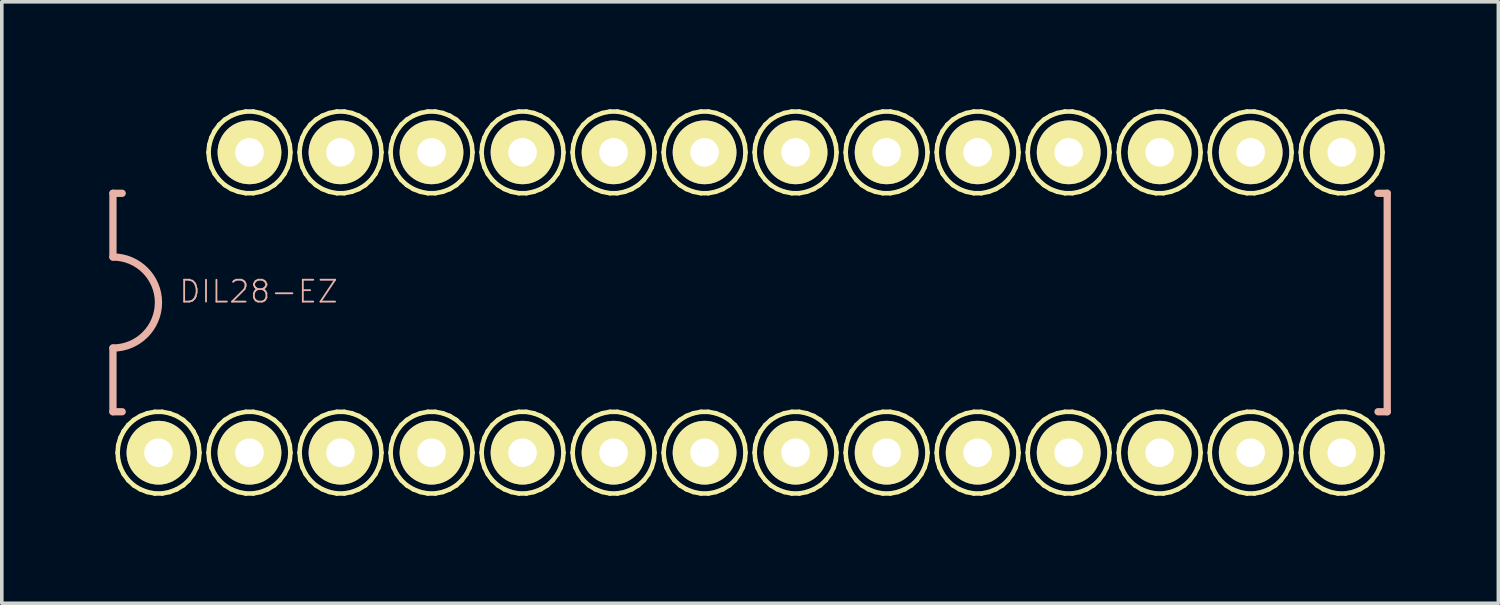
<source format=kicad_pcb>
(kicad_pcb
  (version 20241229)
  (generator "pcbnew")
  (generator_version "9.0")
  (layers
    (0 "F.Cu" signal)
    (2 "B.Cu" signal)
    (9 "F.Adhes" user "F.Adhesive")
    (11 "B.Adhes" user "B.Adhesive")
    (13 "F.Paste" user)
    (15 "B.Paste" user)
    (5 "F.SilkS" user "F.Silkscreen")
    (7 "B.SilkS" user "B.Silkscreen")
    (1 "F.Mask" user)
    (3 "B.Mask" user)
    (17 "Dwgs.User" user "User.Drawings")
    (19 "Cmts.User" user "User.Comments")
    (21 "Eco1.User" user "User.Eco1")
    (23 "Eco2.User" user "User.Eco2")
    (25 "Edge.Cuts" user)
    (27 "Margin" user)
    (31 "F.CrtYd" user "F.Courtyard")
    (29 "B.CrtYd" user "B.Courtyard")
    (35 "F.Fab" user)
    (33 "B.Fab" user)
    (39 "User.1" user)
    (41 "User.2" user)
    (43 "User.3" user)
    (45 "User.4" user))
  (footprint "DIL28-EZ"
    (layer "F.Cu")
    (at 17.882 5.392)
    (property "Reference" "DIL28-EZ" (at -13.716 -0.305 0) (layer "B.SilkS") (effects (font (size 0.61 0.61) (thickness 0.051))))
    (attr exclude_from_pos_files exclude_from_bom)
    (fp_line (start -17.65 4.191) (end -17.633 4.399) (stroke (width 0.127) (type solid)) (layer "F.SilkS"))
    (fp_line (start -17.633 3.98) (end -17.65 4.191) (stroke (width 0.127) (type solid)) (layer "F.SilkS"))
    (fp_line (start -17.633 4.399) (end -17.574 4.602) (stroke (width 0.127) (type solid)) (layer "F.SilkS"))
    (fp_line (start -17.574 3.777) (end -17.633 3.98) (stroke (width 0.127) (type solid)) (layer "F.SilkS"))
    (fp_line (start -17.574 4.602) (end -17.48 4.79) (stroke (width 0.127) (type solid)) (layer "F.SilkS"))
    (fp_line (start -17.48 3.589) (end -17.574 3.777) (stroke (width 0.127) (type solid)) (layer "F.SilkS"))
    (fp_line (start -17.48 4.79) (end -17.353 4.961) (stroke (width 0.127) (type solid)) (layer "F.SilkS"))
    (fp_line (start -17.353 3.419) (end -17.48 3.589) (stroke (width 0.127) (type solid)) (layer "F.SilkS"))
    (fp_line (start -17.353 4.961) (end -17.198 5.103) (stroke (width 0.127) (type solid)) (layer "F.SilkS"))
    (fp_line (start -17.198 3.277) (end -17.353 3.419) (stroke (width 0.127) (type solid)) (layer "F.SilkS"))
    (fp_line (start -17.198 5.103) (end -17.018 5.212) (stroke (width 0.127) (type solid)) (layer "F.SilkS"))
    (fp_line (start -17.018 3.167) (end -17.198 3.277) (stroke (width 0.127) (type solid)) (layer "F.SilkS"))
    (fp_line (start -17.018 5.212) (end -16.822 5.288) (stroke (width 0.127) (type solid)) (layer "F.SilkS"))
    (fp_line (start -16.822 3.091) (end -17.018 3.167) (stroke (width 0.127) (type solid)) (layer "F.SilkS"))
    (fp_line (start -16.822 5.288) (end -16.614 5.329) (stroke (width 0.127) (type solid)) (layer "F.SilkS"))
    (fp_line (start -16.614 3.051) (end -16.822 3.091) (stroke (width 0.127) (type solid)) (layer "F.SilkS"))
    (fp_line (start -16.614 5.329) (end -16.403 5.329) (stroke (width 0.127) (type solid)) (layer "F.SilkS"))
    (fp_line (start -16.403 3.051) (end -16.614 3.051) (stroke (width 0.127) (type solid)) (layer "F.SilkS"))
    (fp_line (start -16.403 5.329) (end -16.195 5.288) (stroke (width 0.127) (type solid)) (layer "F.SilkS"))
    (fp_line (start -16.195 3.091) (end -16.403 3.051) (stroke (width 0.127) (type solid)) (layer "F.SilkS"))
    (fp_line (start -16.195 5.288) (end -15.999 5.212) (stroke (width 0.127) (type solid)) (layer "F.SilkS"))
    (fp_line (start -15.999 3.167) (end -16.195 3.091) (stroke (width 0.127) (type solid)) (layer "F.SilkS"))
    (fp_line (start -15.999 5.212) (end -15.819 5.103) (stroke (width 0.127) (type solid)) (layer "F.SilkS"))
    (fp_line (start -15.819 3.277) (end -15.999 3.167) (stroke (width 0.127) (type solid)) (layer "F.SilkS"))
    (fp_line (start -15.819 5.103) (end -15.664 4.961) (stroke (width 0.127) (type solid)) (layer "F.SilkS"))
    (fp_line (start -15.664 3.419) (end -15.819 3.277) (stroke (width 0.127) (type solid)) (layer "F.SilkS"))
    (fp_line (start -15.664 4.961) (end -15.537 4.79) (stroke (width 0.127) (type solid)) (layer "F.SilkS"))
    (fp_line (start -15.537 3.589) (end -15.664 3.419) (stroke (width 0.127) (type solid)) (layer "F.SilkS"))
    (fp_line (start -15.537 4.79) (end -15.443 4.602) (stroke (width 0.127) (type solid)) (layer "F.SilkS"))
    (fp_line (start -15.443 3.777) (end -15.537 3.589) (stroke (width 0.127) (type solid)) (layer "F.SilkS"))
    (fp_line (start -15.443 4.602) (end -15.385 4.399) (stroke (width 0.127) (type solid)) (layer "F.SilkS"))
    (fp_line (start -15.385 3.98) (end -15.443 3.777) (stroke (width 0.127) (type solid)) (layer "F.SilkS"))
    (fp_line (start -15.385 4.399) (end -15.367 4.191) (stroke (width 0.127) (type solid)) (layer "F.SilkS"))
    (fp_line (start -15.367 4.191) (end -15.385 3.98) (stroke (width 0.127) (type solid)) (layer "F.SilkS"))
    (fp_line (start -15.113 -4.191) (end -15.093 -3.98) (stroke (width 0.127) (type solid)) (layer "F.SilkS"))
    (fp_line (start -15.113 4.191) (end -15.093 4.399) (stroke (width 0.127) (type solid)) (layer "F.SilkS"))
    (fp_line (start -15.093 -4.399) (end -15.113 -4.191) (stroke (width 0.127) (type solid)) (layer "F.SilkS"))
    (fp_line (start -15.093 -3.98) (end -15.034 -3.777) (stroke (width 0.127) (type solid)) (layer "F.SilkS"))
    (fp_line (start -15.093 3.98) (end -15.113 4.191) (stroke (width 0.127) (type solid)) (layer "F.SilkS"))
    (fp_line (start -15.093 4.399) (end -15.034 4.602) (stroke (width 0.127) (type solid)) (layer "F.SilkS"))
    (fp_line (start -15.034 -4.602) (end -15.093 -4.399) (stroke (width 0.127) (type solid)) (layer "F.SilkS"))
    (fp_line (start -15.034 -3.777) (end -14.94 -3.589) (stroke (width 0.127) (type solid)) (layer "F.SilkS"))
    (fp_line (start -15.034 3.777) (end -15.093 3.98) (stroke (width 0.127) (type solid)) (layer "F.SilkS"))
    (fp_line (start -15.034 4.602) (end -14.94 4.79) (stroke (width 0.127) (type solid)) (layer "F.SilkS"))
    (fp_line (start -14.94 -4.79) (end -15.034 -4.602) (stroke (width 0.127) (type solid)) (layer "F.SilkS"))
    (fp_line (start -14.94 -3.589) (end -14.813 -3.419) (stroke (width 0.127) (type solid)) (layer "F.SilkS"))
    (fp_line (start -14.94 3.589) (end -15.034 3.777) (stroke (width 0.127) (type solid)) (layer "F.SilkS"))
    (fp_line (start -14.94 4.79) (end -14.813 4.961) (stroke (width 0.127) (type solid)) (layer "F.SilkS"))
    (fp_line (start -14.813 -4.961) (end -14.94 -4.79) (stroke (width 0.127) (type solid)) (layer "F.SilkS"))
    (fp_line (start -14.813 -3.419) (end -14.658 -3.277) (stroke (width 0.127) (type solid)) (layer "F.SilkS"))
    (fp_line (start -14.813 3.419) (end -14.94 3.589) (stroke (width 0.127) (type solid)) (layer "F.SilkS"))
    (fp_line (start -14.813 4.961) (end -14.658 5.103) (stroke (width 0.127) (type solid)) (layer "F.SilkS"))
    (fp_line (start -14.658 -5.103) (end -14.813 -4.961) (stroke (width 0.127) (type solid)) (layer "F.SilkS"))
    (fp_line (start -14.658 -3.277) (end -14.478 -3.167) (stroke (width 0.127) (type solid)) (layer "F.SilkS"))
    (fp_line (start -14.658 3.277) (end -14.813 3.419) (stroke (width 0.127) (type solid)) (layer "F.SilkS"))
    (fp_line (start -14.658 5.103) (end -14.478 5.212) (stroke (width 0.127) (type solid)) (layer "F.SilkS"))
    (fp_line (start -14.478 -5.212) (end -14.658 -5.103) (stroke (width 0.127) (type solid)) (layer "F.SilkS"))
    (fp_line (start -14.478 -3.167) (end -14.282 -3.091) (stroke (width 0.127) (type solid)) (layer "F.SilkS"))
    (fp_line (start -14.478 3.167) (end -14.658 3.277) (stroke (width 0.127) (type solid)) (layer "F.SilkS"))
    (fp_line (start -14.478 5.212) (end -14.282 5.288) (stroke (width 0.127) (type solid)) (layer "F.SilkS"))
    (fp_line (start -14.282 -5.288) (end -14.478 -5.212) (stroke (width 0.127) (type solid)) (layer "F.SilkS"))
    (fp_line (start -14.282 -3.091) (end -14.074 -3.051) (stroke (width 0.127) (type solid)) (layer "F.SilkS"))
    (fp_line (start -14.282 3.091) (end -14.478 3.167) (stroke (width 0.127) (type solid)) (layer "F.SilkS"))
    (fp_line (start -14.282 5.288) (end -14.074 5.329) (stroke (width 0.127) (type solid)) (layer "F.SilkS"))
    (fp_line (start -14.074 -5.329) (end -14.282 -5.288) (stroke (width 0.127) (type solid)) (layer "F.SilkS"))
    (fp_line (start -14.074 -3.051) (end -13.863 -3.051) (stroke (width 0.127) (type solid)) (layer "F.SilkS"))
    (fp_line (start -14.074 3.051) (end -14.282 3.091) (stroke (width 0.127) (type solid)) (layer "F.SilkS"))
    (fp_line (start -14.074 5.329) (end -13.863 5.329) (stroke (width 0.127) (type solid)) (layer "F.SilkS"))
    (fp_line (start -13.863 -5.329) (end -14.074 -5.329) (stroke (width 0.127) (type solid)) (layer "F.SilkS"))
    (fp_line (start -13.863 -3.051) (end -13.655 -3.091) (stroke (width 0.127) (type solid)) (layer "F.SilkS"))
    (fp_line (start -13.863 3.051) (end -14.074 3.051) (stroke (width 0.127) (type solid)) (layer "F.SilkS"))
    (fp_line (start -13.863 5.329) (end -13.655 5.288) (stroke (width 0.127) (type solid)) (layer "F.SilkS"))
    (fp_line (start -13.655 -5.288) (end -13.863 -5.329) (stroke (width 0.127) (type solid)) (layer "F.SilkS"))
    (fp_line (start -13.655 -3.091) (end -13.459 -3.167) (stroke (width 0.127) (type solid)) (layer "F.SilkS"))
    (fp_line (start -13.655 3.091) (end -13.863 3.051) (stroke (width 0.127) (type solid)) (layer "F.SilkS"))
    (fp_line (start -13.655 5.288) (end -13.459 5.212) (stroke (width 0.127) (type solid)) (layer "F.SilkS"))
    (fp_line (start -13.459 -5.212) (end -13.655 -5.288) (stroke (width 0.127) (type solid)) (layer "F.SilkS"))
    (fp_line (start -13.459 -3.167) (end -13.279 -3.277) (stroke (width 0.127) (type solid)) (layer "F.SilkS"))
    (fp_line (start -13.459 3.167) (end -13.655 3.091) (stroke (width 0.127) (type solid)) (layer "F.SilkS"))
    (fp_line (start -13.459 5.212) (end -13.279 5.103) (stroke (width 0.127) (type solid)) (layer "F.SilkS"))
    (fp_line (start -13.279 -5.103) (end -13.459 -5.212) (stroke (width 0.127) (type solid)) (layer "F.SilkS"))
    (fp_line (start -13.279 -3.277) (end -13.124 -3.419) (stroke (width 0.127) (type solid)) (layer "F.SilkS"))
    (fp_line (start -13.279 3.277) (end -13.459 3.167) (stroke (width 0.127) (type solid)) (layer "F.SilkS"))
    (fp_line (start -13.279 5.103) (end -13.124 4.961) (stroke (width 0.127) (type solid)) (layer "F.SilkS"))
    (fp_line (start -13.124 -4.961) (end -13.279 -5.103) (stroke (width 0.127) (type solid)) (layer "F.SilkS"))
    (fp_line (start -13.124 -3.419) (end -12.997 -3.589) (stroke (width 0.127) (type solid)) (layer "F.SilkS"))
    (fp_line (start -13.124 3.419) (end -13.279 3.277) (stroke (width 0.127) (type solid)) (layer "F.SilkS"))
    (fp_line (start -13.124 4.961) (end -12.997 4.79) (stroke (width 0.127) (type solid)) (layer "F.SilkS"))
    (fp_line (start -12.997 -4.79) (end -13.124 -4.961) (stroke (width 0.127) (type solid)) (layer "F.SilkS"))
    (fp_line (start -12.997 -3.589) (end -12.903 -3.777) (stroke (width 0.127) (type solid)) (layer "F.SilkS"))
    (fp_line (start -12.997 3.589) (end -13.124 3.419) (stroke (width 0.127) (type solid)) (layer "F.SilkS"))
    (fp_line (start -12.997 4.79) (end -12.903 4.602) (stroke (width 0.127) (type solid)) (layer "F.SilkS"))
    (fp_line (start -12.903 -4.602) (end -12.997 -4.79) (stroke (width 0.127) (type solid)) (layer "F.SilkS"))
    (fp_line (start -12.903 -3.777) (end -12.845 -3.98) (stroke (width 0.127) (type solid)) (layer "F.SilkS"))
    (fp_line (start -12.903 3.777) (end -12.997 3.589) (stroke (width 0.127) (type solid)) (layer "F.SilkS"))
    (fp_line (start -12.903 4.602) (end -12.845 4.399) (stroke (width 0.127) (type solid)) (layer "F.SilkS"))
    (fp_line (start -12.845 -4.399) (end -12.903 -4.602) (stroke (width 0.127) (type solid)) (layer "F.SilkS"))
    (fp_line (start -12.845 -3.98) (end -12.827 -4.191) (stroke (width 0.127) (type solid)) (layer "F.SilkS"))
    (fp_line (start -12.845 3.98) (end -12.903 3.777) (stroke (width 0.127) (type solid)) (layer "F.SilkS"))
    (fp_line (start -12.845 4.399) (end -12.827 4.191) (stroke (width 0.127) (type solid)) (layer "F.SilkS"))
    (fp_line (start -12.827 -4.191) (end -12.845 -4.399) (stroke (width 0.127) (type solid)) (layer "F.SilkS"))
    (fp_line (start -12.827 4.191) (end -12.845 3.98) (stroke (width 0.127) (type solid)) (layer "F.SilkS"))
    (fp_line (start -12.573 -4.191) (end -12.553 -3.98) (stroke (width 0.127) (type solid)) (layer "F.SilkS"))
    (fp_line (start -12.573 4.191) (end -12.553 4.399) (stroke (width 0.127) (type solid)) (layer "F.SilkS"))
    (fp_line (start -12.553 -4.399) (end -12.573 -4.191) (stroke (width 0.127) (type solid)) (layer "F.SilkS"))
    (fp_line (start -12.553 -3.98) (end -12.494 -3.777) (stroke (width 0.127) (type solid)) (layer "F.SilkS"))
    (fp_line (start -12.553 3.98) (end -12.573 4.191) (stroke (width 0.127) (type solid)) (layer "F.SilkS"))
    (fp_line (start -12.553 4.399) (end -12.494 4.602) (stroke (width 0.127) (type solid)) (layer "F.SilkS"))
    (fp_line (start -12.494 -4.602) (end -12.553 -4.399) (stroke (width 0.127) (type solid)) (layer "F.SilkS"))
    (fp_line (start -12.494 -3.777) (end -12.4 -3.589) (stroke (width 0.127) (type solid)) (layer "F.SilkS"))
    (fp_line (start -12.494 3.777) (end -12.553 3.98) (stroke (width 0.127) (type solid)) (layer "F.SilkS"))
    (fp_line (start -12.494 4.602) (end -12.4 4.79) (stroke (width 0.127) (type solid)) (layer "F.SilkS"))
    (fp_line (start -12.4 -4.79) (end -12.494 -4.602) (stroke (width 0.127) (type solid)) (layer "F.SilkS"))
    (fp_line (start -12.4 -3.589) (end -12.273 -3.419) (stroke (width 0.127) (type solid)) (layer "F.SilkS"))
    (fp_line (start -12.4 3.589) (end -12.494 3.777) (stroke (width 0.127) (type solid)) (layer "F.SilkS"))
    (fp_line (start -12.4 4.79) (end -12.273 4.961) (stroke (width 0.127) (type solid)) (layer "F.SilkS"))
    (fp_line (start -12.273 -4.961) (end -12.4 -4.79) (stroke (width 0.127) (type solid)) (layer "F.SilkS"))
    (fp_line (start -12.273 -3.419) (end -12.118 -3.277) (stroke (width 0.127) (type solid)) (layer "F.SilkS"))
    (fp_line (start -12.273 3.419) (end -12.4 3.589) (stroke (width 0.127) (type solid)) (layer "F.SilkS"))
    (fp_line (start -12.273 4.961) (end -12.118 5.103) (stroke (width 0.127) (type solid)) (layer "F.SilkS"))
    (fp_line (start -12.118 -5.103) (end -12.273 -4.961) (stroke (width 0.127) (type solid)) (layer "F.SilkS"))
    (fp_line (start -12.118 -3.277) (end -11.938 -3.167) (stroke (width 0.127) (type solid)) (layer "F.SilkS"))
    (fp_line (start -12.118 3.277) (end -12.273 3.419) (stroke (width 0.127) (type solid)) (layer "F.SilkS"))
    (fp_line (start -12.118 5.103) (end -11.938 5.212) (stroke (width 0.127) (type solid)) (layer "F.SilkS"))
    (fp_line (start -11.938 -5.212) (end -12.118 -5.103) (stroke (width 0.127) (type solid)) (layer "F.SilkS"))
    (fp_line (start -11.938 -3.167) (end -11.742 -3.091) (stroke (width 0.127) (type solid)) (layer "F.SilkS"))
    (fp_line (start -11.938 3.167) (end -12.118 3.277) (stroke (width 0.127) (type solid)) (layer "F.SilkS"))
    (fp_line (start -11.938 5.212) (end -11.742 5.288) (stroke (width 0.127) (type solid)) (layer "F.SilkS"))
    (fp_line (start -11.742 -5.288) (end -11.938 -5.212) (stroke (width 0.127) (type solid)) (layer "F.SilkS"))
    (fp_line (start -11.742 -3.091) (end -11.534 -3.051) (stroke (width 0.127) (type solid)) (layer "F.SilkS"))
    (fp_line (start -11.742 3.091) (end -11.938 3.167) (stroke (width 0.127) (type solid)) (layer "F.SilkS"))
    (fp_line (start -11.742 5.288) (end -11.534 5.329) (stroke (width 0.127) (type solid)) (layer "F.SilkS"))
    (fp_line (start -11.534 -5.329) (end -11.742 -5.288) (stroke (width 0.127) (type solid)) (layer "F.SilkS"))
    (fp_line (start -11.534 -3.051) (end -11.323 -3.051) (stroke (width 0.127) (type solid)) (layer "F.SilkS"))
    (fp_line (start -11.534 3.051) (end -11.742 3.091) (stroke (width 0.127) (type solid)) (layer "F.SilkS"))
    (fp_line (start -11.534 5.329) (end -11.323 5.329) (stroke (width 0.127) (type solid)) (layer "F.SilkS"))
    (fp_line (start -11.323 -5.329) (end -11.534 -5.329) (stroke (width 0.127) (type solid)) (layer "F.SilkS"))
    (fp_line (start -11.323 -3.051) (end -11.115 -3.091) (stroke (width 0.127) (type solid)) (layer "F.SilkS"))
    (fp_line (start -11.323 3.051) (end -11.534 3.051) (stroke (width 0.127) (type solid)) (layer "F.SilkS"))
    (fp_line (start -11.323 5.329) (end -11.115 5.288) (stroke (width 0.127) (type solid)) (layer "F.SilkS"))
    (fp_line (start -11.115 -5.288) (end -11.323 -5.329) (stroke (width 0.127) (type solid)) (layer "F.SilkS"))
    (fp_line (start -11.115 -3.091) (end -10.919 -3.167) (stroke (width 0.127) (type solid)) (layer "F.SilkS"))
    (fp_line (start -11.115 3.091) (end -11.323 3.051) (stroke (width 0.127) (type solid)) (layer "F.SilkS"))
    (fp_line (start -11.115 5.288) (end -10.919 5.212) (stroke (width 0.127) (type solid)) (layer "F.SilkS"))
    (fp_line (start -10.919 -5.212) (end -11.115 -5.288) (stroke (width 0.127) (type solid)) (layer "F.SilkS"))
    (fp_line (start -10.919 -3.167) (end -10.739 -3.277) (stroke (width 0.127) (type solid)) (layer "F.SilkS"))
    (fp_line (start -10.919 3.167) (end -11.115 3.091) (stroke (width 0.127) (type solid)) (layer "F.SilkS"))
    (fp_line (start -10.919 5.212) (end -10.739 5.103) (stroke (width 0.127) (type solid)) (layer "F.SilkS"))
    (fp_line (start -10.739 -5.103) (end -10.919 -5.212) (stroke (width 0.127) (type solid)) (layer "F.SilkS"))
    (fp_line (start -10.739 -3.277) (end -10.584 -3.419) (stroke (width 0.127) (type solid)) (layer "F.SilkS"))
    (fp_line (start -10.739 3.277) (end -10.919 3.167) (stroke (width 0.127) (type solid)) (layer "F.SilkS"))
    (fp_line (start -10.739 5.103) (end -10.584 4.961) (stroke (width 0.127) (type solid)) (layer "F.SilkS"))
    (fp_line (start -10.584 -4.961) (end -10.739 -5.103) (stroke (width 0.127) (type solid)) (layer "F.SilkS"))
    (fp_line (start -10.584 -3.419) (end -10.457 -3.589) (stroke (width 0.127) (type solid)) (layer "F.SilkS"))
    (fp_line (start -10.584 3.419) (end -10.739 3.277) (stroke (width 0.127) (type solid)) (layer "F.SilkS"))
    (fp_line (start -10.584 4.961) (end -10.457 4.79) (stroke (width 0.127) (type solid)) (layer "F.SilkS"))
    (fp_line (start -10.457 -4.79) (end -10.584 -4.961) (stroke (width 0.127) (type solid)) (layer "F.SilkS"))
    (fp_line (start -10.457 -3.589) (end -10.363 -3.777) (stroke (width 0.127) (type solid)) (layer "F.SilkS"))
    (fp_line (start -10.457 3.589) (end -10.584 3.419) (stroke (width 0.127) (type solid)) (layer "F.SilkS"))
    (fp_line (start -10.457 4.79) (end -10.363 4.602) (stroke (width 0.127) (type solid)) (layer "F.SilkS"))
    (fp_line (start -10.363 -4.602) (end -10.457 -4.79) (stroke (width 0.127) (type solid)) (layer "F.SilkS"))
    (fp_line (start -10.363 -3.777) (end -10.305 -3.98) (stroke (width 0.127) (type solid)) (layer "F.SilkS"))
    (fp_line (start -10.363 3.777) (end -10.457 3.589) (stroke (width 0.127) (type solid)) (layer "F.SilkS"))
    (fp_line (start -10.363 4.602) (end -10.305 4.399) (stroke (width 0.127) (type solid)) (layer "F.SilkS"))
    (fp_line (start -10.305 -4.399) (end -10.363 -4.602) (stroke (width 0.127) (type solid)) (layer "F.SilkS"))
    (fp_line (start -10.305 -3.98) (end -10.287 -4.191) (stroke (width 0.127) (type solid)) (layer "F.SilkS"))
    (fp_line (start -10.305 3.98) (end -10.363 3.777) (stroke (width 0.127) (type solid)) (layer "F.SilkS"))
    (fp_line (start -10.305 4.399) (end -10.287 4.191) (stroke (width 0.127) (type solid)) (layer "F.SilkS"))
    (fp_line (start -10.287 -4.191) (end -10.305 -4.399) (stroke (width 0.127) (type solid)) (layer "F.SilkS"))
    (fp_line (start -10.287 4.191) (end -10.305 3.98) (stroke (width 0.127) (type solid)) (layer "F.SilkS"))
    (fp_line (start -10.033 -4.191) (end -10.013 -3.98) (stroke (width 0.127) (type solid)) (layer "F.SilkS"))
    (fp_line (start -10.033 4.191) (end -10.013 4.399) (stroke (width 0.127) (type solid)) (layer "F.SilkS"))
    (fp_line (start -10.013 -4.399) (end -10.033 -4.191) (stroke (width 0.127) (type solid)) (layer "F.SilkS"))
    (fp_line (start -10.013 -3.98) (end -9.954 -3.777) (stroke (width 0.127) (type solid)) (layer "F.SilkS"))
    (fp_line (start -10.013 3.98) (end -10.033 4.191) (stroke (width 0.127) (type solid)) (layer "F.SilkS"))
    (fp_line (start -10.013 4.399) (end -9.954 4.602) (stroke (width 0.127) (type solid)) (layer "F.SilkS"))
    (fp_line (start -9.954 -4.602) (end -10.013 -4.399) (stroke (width 0.127) (type solid)) (layer "F.SilkS"))
    (fp_line (start -9.954 -3.777) (end -9.86 -3.589) (stroke (width 0.127) (type solid)) (layer "F.SilkS"))
    (fp_line (start -9.954 3.777) (end -10.013 3.98) (stroke (width 0.127) (type solid)) (layer "F.SilkS"))
    (fp_line (start -9.954 4.602) (end -9.86 4.79) (stroke (width 0.127) (type solid)) (layer "F.SilkS"))
    (fp_line (start -9.86 -4.79) (end -9.954 -4.602) (stroke (width 0.127) (type solid)) (layer "F.SilkS"))
    (fp_line (start -9.86 -3.589) (end -9.733 -3.419) (stroke (width 0.127) (type solid)) (layer "F.SilkS"))
    (fp_line (start -9.86 3.589) (end -9.954 3.777) (stroke (width 0.127) (type solid)) (layer "F.SilkS"))
    (fp_line (start -9.86 4.79) (end -9.733 4.961) (stroke (width 0.127) (type solid)) (layer "F.SilkS"))
    (fp_line (start -9.733 -4.961) (end -9.86 -4.79) (stroke (width 0.127) (type solid)) (layer "F.SilkS"))
    (fp_line (start -9.733 -3.419) (end -9.578 -3.277) (stroke (width 0.127) (type solid)) (layer "F.SilkS"))
    (fp_line (start -9.733 3.419) (end -9.86 3.589) (stroke (width 0.127) (type solid)) (layer "F.SilkS"))
    (fp_line (start -9.733 4.961) (end -9.578 5.103) (stroke (width 0.127) (type solid)) (layer "F.SilkS"))
    (fp_line (start -9.578 -5.103) (end -9.733 -4.961) (stroke (width 0.127) (type solid)) (layer "F.SilkS"))
    (fp_line (start -9.578 -3.277) (end -9.398 -3.167) (stroke (width 0.127) (type solid)) (layer "F.SilkS"))
    (fp_line (start -9.578 3.277) (end -9.733 3.419) (stroke (width 0.127) (type solid)) (layer "F.SilkS"))
    (fp_line (start -9.578 5.103) (end -9.398 5.212) (stroke (width 0.127) (type solid)) (layer "F.SilkS"))
    (fp_line (start -9.398 -5.212) (end -9.578 -5.103) (stroke (width 0.127) (type solid)) (layer "F.SilkS"))
    (fp_line (start -9.398 -3.167) (end -9.202 -3.091) (stroke (width 0.127) (type solid)) (layer "F.SilkS"))
    (fp_line (start -9.398 3.167) (end -9.578 3.277) (stroke (width 0.127) (type solid)) (layer "F.SilkS"))
    (fp_line (start -9.398 5.212) (end -9.202 5.288) (stroke (width 0.127) (type solid)) (layer "F.SilkS"))
    (fp_line (start -9.202 -5.288) (end -9.398 -5.212) (stroke (width 0.127) (type solid)) (layer "F.SilkS"))
    (fp_line (start -9.202 -3.091) (end -8.994 -3.051) (stroke (width 0.127) (type solid)) (layer "F.SilkS"))
    (fp_line (start -9.202 3.091) (end -9.398 3.167) (stroke (width 0.127) (type solid)) (layer "F.SilkS"))
    (fp_line (start -9.202 5.288) (end -8.994 5.329) (stroke (width 0.127) (type solid)) (layer "F.SilkS"))
    (fp_line (start -8.994 -5.329) (end -9.202 -5.288) (stroke (width 0.127) (type solid)) (layer "F.SilkS"))
    (fp_line (start -8.994 -3.051) (end -8.783 -3.051) (stroke (width 0.127) (type solid)) (layer "F.SilkS"))
    (fp_line (start -8.994 3.051) (end -9.202 3.091) (stroke (width 0.127) (type solid)) (layer "F.SilkS"))
    (fp_line (start -8.994 5.329) (end -8.783 5.329) (stroke (width 0.127) (type solid)) (layer "F.SilkS"))
    (fp_line (start -8.783 -5.329) (end -8.994 -5.329) (stroke (width 0.127) (type solid)) (layer "F.SilkS"))
    (fp_line (start -8.783 -3.051) (end -8.575 -3.091) (stroke (width 0.127) (type solid)) (layer "F.SilkS"))
    (fp_line (start -8.783 3.051) (end -8.994 3.051) (stroke (width 0.127) (type solid)) (layer "F.SilkS"))
    (fp_line (start -8.783 5.329) (end -8.575 5.288) (stroke (width 0.127) (type solid)) (layer "F.SilkS"))
    (fp_line (start -8.575 -5.288) (end -8.783 -5.329) (stroke (width 0.127) (type solid)) (layer "F.SilkS"))
    (fp_line (start -8.575 -3.091) (end -8.379 -3.167) (stroke (width 0.127) (type solid)) (layer "F.SilkS"))
    (fp_line (start -8.575 3.091) (end -8.783 3.051) (stroke (width 0.127) (type solid)) (layer "F.SilkS"))
    (fp_line (start -8.575 5.288) (end -8.379 5.212) (stroke (width 0.127) (type solid)) (layer "F.SilkS"))
    (fp_line (start -8.379 -5.212) (end -8.575 -5.288) (stroke (width 0.127) (type solid)) (layer "F.SilkS"))
    (fp_line (start -8.379 -3.167) (end -8.199 -3.277) (stroke (width 0.127) (type solid)) (layer "F.SilkS"))
    (fp_line (start -8.379 3.167) (end -8.575 3.091) (stroke (width 0.127) (type solid)) (layer "F.SilkS"))
    (fp_line (start -8.379 5.212) (end -8.199 5.103) (stroke (width 0.127) (type solid)) (layer "F.SilkS"))
    (fp_line (start -8.199 -5.103) (end -8.379 -5.212) (stroke (width 0.127) (type solid)) (layer "F.SilkS"))
    (fp_line (start -8.199 -3.277) (end -8.044 -3.419) (stroke (width 0.127) (type solid)) (layer "F.SilkS"))
    (fp_line (start -8.199 3.277) (end -8.379 3.167) (stroke (width 0.127) (type solid)) (layer "F.SilkS"))
    (fp_line (start -8.199 5.103) (end -8.044 4.961) (stroke (width 0.127) (type solid)) (layer "F.SilkS"))
    (fp_line (start -8.044 -4.961) (end -8.199 -5.103) (stroke (width 0.127) (type solid)) (layer "F.SilkS"))
    (fp_line (start -8.044 -3.419) (end -7.917 -3.589) (stroke (width 0.127) (type solid)) (layer "F.SilkS"))
    (fp_line (start -8.044 3.419) (end -8.199 3.277) (stroke (width 0.127) (type solid)) (layer "F.SilkS"))
    (fp_line (start -8.044 4.961) (end -7.917 4.79) (stroke (width 0.127) (type solid)) (layer "F.SilkS"))
    (fp_line (start -7.917 -4.79) (end -8.044 -4.961) (stroke (width 0.127) (type solid)) (layer "F.SilkS"))
    (fp_line (start -7.917 -3.589) (end -7.823 -3.777) (stroke (width 0.127) (type solid)) (layer "F.SilkS"))
    (fp_line (start -7.917 3.589) (end -8.044 3.419) (stroke (width 0.127) (type solid)) (layer "F.SilkS"))
    (fp_line (start -7.917 4.79) (end -7.823 4.602) (stroke (width 0.127) (type solid)) (layer "F.SilkS"))
    (fp_line (start -7.823 -4.602) (end -7.917 -4.79) (stroke (width 0.127) (type solid)) (layer "F.SilkS"))
    (fp_line (start -7.823 -3.777) (end -7.765 -3.98) (stroke (width 0.127) (type solid)) (layer "F.SilkS"))
    (fp_line (start -7.823 3.777) (end -7.917 3.589) (stroke (width 0.127) (type solid)) (layer "F.SilkS"))
    (fp_line (start -7.823 4.602) (end -7.765 4.399) (stroke (width 0.127) (type solid)) (layer "F.SilkS"))
    (fp_line (start -7.765 -4.399) (end -7.823 -4.602) (stroke (width 0.127) (type solid)) (layer "F.SilkS"))
    (fp_line (start -7.765 -3.98) (end -7.747 -4.191) (stroke (width 0.127) (type solid)) (layer "F.SilkS"))
    (fp_line (start -7.765 3.98) (end -7.823 3.777) (stroke (width 0.127) (type solid)) (layer "F.SilkS"))
    (fp_line (start -7.765 4.399) (end -7.747 4.191) (stroke (width 0.127) (type solid)) (layer "F.SilkS"))
    (fp_line (start -7.747 -4.191) (end -7.765 -4.399) (stroke (width 0.127) (type solid)) (layer "F.SilkS"))
    (fp_line (start -7.747 4.191) (end -7.765 3.98) (stroke (width 0.127) (type solid)) (layer "F.SilkS"))
    (fp_line (start -7.493 -4.191) (end -7.473 -3.98) (stroke (width 0.127) (type solid)) (layer "F.SilkS"))
    (fp_line (start -7.493 4.191) (end -7.473 4.399) (stroke (width 0.127) (type solid)) (layer "F.SilkS"))
    (fp_line (start -7.473 -4.399) (end -7.493 -4.191) (stroke (width 0.127) (type solid)) (layer "F.SilkS"))
    (fp_line (start -7.473 -3.98) (end -7.414 -3.777) (stroke (width 0.127) (type solid)) (layer "F.SilkS"))
    (fp_line (start -7.473 3.98) (end -7.493 4.191) (stroke (width 0.127) (type solid)) (layer "F.SilkS"))
    (fp_line (start -7.473 4.399) (end -7.414 4.602) (stroke (width 0.127) (type solid)) (layer "F.SilkS"))
    (fp_line (start -7.414 -4.602) (end -7.473 -4.399) (stroke (width 0.127) (type solid)) (layer "F.SilkS"))
    (fp_line (start -7.414 -3.777) (end -7.32 -3.589) (stroke (width 0.127) (type solid)) (layer "F.SilkS"))
    (fp_line (start -7.414 3.777) (end -7.473 3.98) (stroke (width 0.127) (type solid)) (layer "F.SilkS"))
    (fp_line (start -7.414 4.602) (end -7.32 4.79) (stroke (width 0.127) (type solid)) (layer "F.SilkS"))
    (fp_line (start -7.32 -4.79) (end -7.414 -4.602) (stroke (width 0.127) (type solid)) (layer "F.SilkS"))
    (fp_line (start -7.32 -3.589) (end -7.193 -3.419) (stroke (width 0.127) (type solid)) (layer "F.SilkS"))
    (fp_line (start -7.32 3.589) (end -7.414 3.777) (stroke (width 0.127) (type solid)) (layer "F.SilkS"))
    (fp_line (start -7.32 4.79) (end -7.193 4.961) (stroke (width 0.127) (type solid)) (layer "F.SilkS"))
    (fp_line (start -7.193 -4.961) (end -7.32 -4.79) (stroke (width 0.127) (type solid)) (layer "F.SilkS"))
    (fp_line (start -7.193 -3.419) (end -7.038 -3.277) (stroke (width 0.127) (type solid)) (layer "F.SilkS"))
    (fp_line (start -7.193 3.419) (end -7.32 3.589) (stroke (width 0.127) (type solid)) (layer "F.SilkS"))
    (fp_line (start -7.193 4.961) (end -7.038 5.103) (stroke (width 0.127) (type solid)) (layer "F.SilkS"))
    (fp_line (start -7.038 -5.103) (end -7.193 -4.961) (stroke (width 0.127) (type solid)) (layer "F.SilkS"))
    (fp_line (start -7.038 -3.277) (end -6.858 -3.167) (stroke (width 0.127) (type solid)) (layer "F.SilkS"))
    (fp_line (start -7.038 3.277) (end -7.193 3.419) (stroke (width 0.127) (type solid)) (layer "F.SilkS"))
    (fp_line (start -7.038 5.103) (end -6.858 5.212) (stroke (width 0.127) (type solid)) (layer "F.SilkS"))
    (fp_line (start -6.858 -5.212) (end -7.038 -5.103) (stroke (width 0.127) (type solid)) (layer "F.SilkS"))
    (fp_line (start -6.858 -3.167) (end -6.662 -3.091) (stroke (width 0.127) (type solid)) (layer "F.SilkS"))
    (fp_line (start -6.858 3.167) (end -7.038 3.277) (stroke (width 0.127) (type solid)) (layer "F.SilkS"))
    (fp_line (start -6.858 5.212) (end -6.662 5.288) (stroke (width 0.127) (type solid)) (layer "F.SilkS"))
    (fp_line (start -6.662 -5.288) (end -6.858 -5.212) (stroke (width 0.127) (type solid)) (layer "F.SilkS"))
    (fp_line (start -6.662 -3.091) (end -6.454 -3.051) (stroke (width 0.127) (type solid)) (layer "F.SilkS"))
    (fp_line (start -6.662 3.091) (end -6.858 3.167) (stroke (width 0.127) (type solid)) (layer "F.SilkS"))
    (fp_line (start -6.662 5.288) (end -6.454 5.329) (stroke (width 0.127) (type solid)) (layer "F.SilkS"))
    (fp_line (start -6.454 -5.329) (end -6.662 -5.288) (stroke (width 0.127) (type solid)) (layer "F.SilkS"))
    (fp_line (start -6.454 -3.051) (end -6.243 -3.051) (stroke (width 0.127) (type solid)) (layer "F.SilkS"))
    (fp_line (start -6.454 3.051) (end -6.662 3.091) (stroke (width 0.127) (type solid)) (layer "F.SilkS"))
    (fp_line (start -6.454 5.329) (end -6.243 5.329) (stroke (width 0.127) (type solid)) (layer "F.SilkS"))
    (fp_line (start -6.243 -5.329) (end -6.454 -5.329) (stroke (width 0.127) (type solid)) (layer "F.SilkS"))
    (fp_line (start -6.243 -3.051) (end -6.035 -3.091) (stroke (width 0.127) (type solid)) (layer "F.SilkS"))
    (fp_line (start -6.243 3.051) (end -6.454 3.051) (stroke (width 0.127) (type solid)) (layer "F.SilkS"))
    (fp_line (start -6.243 5.329) (end -6.035 5.288) (stroke (width 0.127) (type solid)) (layer "F.SilkS"))
    (fp_line (start -6.035 -5.288) (end -6.243 -5.329) (stroke (width 0.127) (type solid)) (layer "F.SilkS"))
    (fp_line (start -6.035 -3.091) (end -5.839 -3.167) (stroke (width 0.127) (type solid)) (layer "F.SilkS"))
    (fp_line (start -6.035 3.091) (end -6.243 3.051) (stroke (width 0.127) (type solid)) (layer "F.SilkS"))
    (fp_line (start -6.035 5.288) (end -5.839 5.212) (stroke (width 0.127) (type solid)) (layer "F.SilkS"))
    (fp_line (start -5.839 -5.212) (end -6.035 -5.288) (stroke (width 0.127) (type solid)) (layer "F.SilkS"))
    (fp_line (start -5.839 -3.167) (end -5.659 -3.277) (stroke (width 0.127) (type solid)) (layer "F.SilkS"))
    (fp_line (start -5.839 3.167) (end -6.035 3.091) (stroke (width 0.127) (type solid)) (layer "F.SilkS"))
    (fp_line (start -5.839 5.212) (end -5.659 5.103) (stroke (width 0.127) (type solid)) (layer "F.SilkS"))
    (fp_line (start -5.659 -5.103) (end -5.839 -5.212) (stroke (width 0.127) (type solid)) (layer "F.SilkS"))
    (fp_line (start -5.659 -3.277) (end -5.504 -3.419) (stroke (width 0.127) (type solid)) (layer "F.SilkS"))
    (fp_line (start -5.659 3.277) (end -5.839 3.167) (stroke (width 0.127) (type solid)) (layer "F.SilkS"))
    (fp_line (start -5.659 5.103) (end -5.504 4.961) (stroke (width 0.127) (type solid)) (layer "F.SilkS"))
    (fp_line (start -5.504 -4.961) (end -5.659 -5.103) (stroke (width 0.127) (type solid)) (layer "F.SilkS"))
    (fp_line (start -5.504 -3.419) (end -5.377 -3.589) (stroke (width 0.127) (type solid)) (layer "F.SilkS"))
    (fp_line (start -5.504 3.419) (end -5.659 3.277) (stroke (width 0.127) (type solid)) (layer "F.SilkS"))
    (fp_line (start -5.504 4.961) (end -5.377 4.79) (stroke (width 0.127) (type solid)) (layer "F.SilkS"))
    (fp_line (start -5.377 -4.79) (end -5.504 -4.961) (stroke (width 0.127) (type solid)) (layer "F.SilkS"))
    (fp_line (start -5.377 -3.589) (end -5.283 -3.777) (stroke (width 0.127) (type solid)) (layer "F.SilkS"))
    (fp_line (start -5.377 3.589) (end -5.504 3.419) (stroke (width 0.127) (type solid)) (layer "F.SilkS"))
    (fp_line (start -5.377 4.79) (end -5.283 4.602) (stroke (width 0.127) (type solid)) (layer "F.SilkS"))
    (fp_line (start -5.283 -4.602) (end -5.377 -4.79) (stroke (width 0.127) (type solid)) (layer "F.SilkS"))
    (fp_line (start -5.283 -3.777) (end -5.225 -3.98) (stroke (width 0.127) (type solid)) (layer "F.SilkS"))
    (fp_line (start -5.283 3.777) (end -5.377 3.589) (stroke (width 0.127) (type solid)) (layer "F.SilkS"))
    (fp_line (start -5.283 4.602) (end -5.225 4.399) (stroke (width 0.127) (type solid)) (layer "F.SilkS"))
    (fp_line (start -5.225 -4.399) (end -5.283 -4.602) (stroke (width 0.127) (type solid)) (layer "F.SilkS"))
    (fp_line (start -5.225 -3.98) (end -5.207 -4.191) (stroke (width 0.127) (type solid)) (layer "F.SilkS"))
    (fp_line (start -5.225 3.98) (end -5.283 3.777) (stroke (width 0.127) (type solid)) (layer "F.SilkS"))
    (fp_line (start -5.225 4.399) (end -5.207 4.191) (stroke (width 0.127) (type solid)) (layer "F.SilkS"))
    (fp_line (start -5.207 -4.191) (end -5.225 -4.399) (stroke (width 0.127) (type solid)) (layer "F.SilkS"))
    (fp_line (start -5.207 4.191) (end -5.225 3.98) (stroke (width 0.127) (type solid)) (layer "F.SilkS"))
    (fp_line (start -4.953 -4.191) (end -4.933 -3.98) (stroke (width 0.127) (type solid)) (layer "F.SilkS"))
    (fp_line (start -4.953 4.191) (end -4.933 4.399) (stroke (width 0.127) (type solid)) (layer "F.SilkS"))
    (fp_line (start -4.933 -4.399) (end -4.953 -4.191) (stroke (width 0.127) (type solid)) (layer "F.SilkS"))
    (fp_line (start -4.933 -3.98) (end -4.874 -3.777) (stroke (width 0.127) (type solid)) (layer "F.SilkS"))
    (fp_line (start -4.933 3.98) (end -4.953 4.191) (stroke (width 0.127) (type solid)) (layer "F.SilkS"))
    (fp_line (start -4.933 4.399) (end -4.874 4.602) (stroke (width 0.127) (type solid)) (layer "F.SilkS"))
    (fp_line (start -4.874 -4.602) (end -4.933 -4.399) (stroke (width 0.127) (type solid)) (layer "F.SilkS"))
    (fp_line (start -4.874 -3.777) (end -4.78 -3.589) (stroke (width 0.127) (type solid)) (layer "F.SilkS"))
    (fp_line (start -4.874 3.777) (end -4.933 3.98) (stroke (width 0.127) (type solid)) (layer "F.SilkS"))
    (fp_line (start -4.874 4.602) (end -4.78 4.79) (stroke (width 0.127) (type solid)) (layer "F.SilkS"))
    (fp_line (start -4.78 -4.79) (end -4.874 -4.602) (stroke (width 0.127) (type solid)) (layer "F.SilkS"))
    (fp_line (start -4.78 -3.589) (end -4.653 -3.419) (stroke (width 0.127) (type solid)) (layer "F.SilkS"))
    (fp_line (start -4.78 3.589) (end -4.874 3.777) (stroke (width 0.127) (type solid)) (layer "F.SilkS"))
    (fp_line (start -4.78 4.79) (end -4.653 4.961) (stroke (width 0.127) (type solid)) (layer "F.SilkS"))
    (fp_line (start -4.653 -4.961) (end -4.78 -4.79) (stroke (width 0.127) (type solid)) (layer "F.SilkS"))
    (fp_line (start -4.653 -3.419) (end -4.498 -3.277) (stroke (width 0.127) (type solid)) (layer "F.SilkS"))
    (fp_line (start -4.653 3.419) (end -4.78 3.589) (stroke (width 0.127) (type solid)) (layer "F.SilkS"))
    (fp_line (start -4.653 4.961) (end -4.498 5.103) (stroke (width 0.127) (type solid)) (layer "F.SilkS"))
    (fp_line (start -4.498 -5.103) (end -4.653 -4.961) (stroke (width 0.127) (type solid)) (layer "F.SilkS"))
    (fp_line (start -4.498 -3.277) (end -4.318 -3.167) (stroke (width 0.127) (type solid)) (layer "F.SilkS"))
    (fp_line (start -4.498 3.277) (end -4.653 3.419) (stroke (width 0.127) (type solid)) (layer "F.SilkS"))
    (fp_line (start -4.498 5.103) (end -4.318 5.212) (stroke (width 0.127) (type solid)) (layer "F.SilkS"))
    (fp_line (start -4.318 -5.212) (end -4.498 -5.103) (stroke (width 0.127) (type solid)) (layer "F.SilkS"))
    (fp_line (start -4.318 -3.167) (end -4.122 -3.091) (stroke (width 0.127) (type solid)) (layer "F.SilkS"))
    (fp_line (start -4.318 3.167) (end -4.498 3.277) (stroke (width 0.127) (type solid)) (layer "F.SilkS"))
    (fp_line (start -4.318 5.212) (end -4.122 5.288) (stroke (width 0.127) (type solid)) (layer "F.SilkS"))
    (fp_line (start -4.122 -5.288) (end -4.318 -5.212) (stroke (width 0.127) (type solid)) (layer "F.SilkS"))
    (fp_line (start -4.122 -3.091) (end -3.914 -3.051) (stroke (width 0.127) (type solid)) (layer "F.SilkS"))
    (fp_line (start -4.122 3.091) (end -4.318 3.167) (stroke (width 0.127) (type solid)) (layer "F.SilkS"))
    (fp_line (start -4.122 5.288) (end -3.914 5.329) (stroke (width 0.127) (type solid)) (layer "F.SilkS"))
    (fp_line (start -3.914 -5.329) (end -4.122 -5.288) (stroke (width 0.127) (type solid)) (layer "F.SilkS"))
    (fp_line (start -3.914 -3.051) (end -3.703 -3.051) (stroke (width 0.127) (type solid)) (layer "F.SilkS"))
    (fp_line (start -3.914 3.051) (end -4.122 3.091) (stroke (width 0.127) (type solid)) (layer "F.SilkS"))
    (fp_line (start -3.914 5.329) (end -3.703 5.329) (stroke (width 0.127) (type solid)) (layer "F.SilkS"))
    (fp_line (start -3.703 -5.329) (end -3.914 -5.329) (stroke (width 0.127) (type solid)) (layer "F.SilkS"))
    (fp_line (start -3.703 -3.051) (end -3.495 -3.091) (stroke (width 0.127) (type solid)) (layer "F.SilkS"))
    (fp_line (start -3.703 3.051) (end -3.914 3.051) (stroke (width 0.127) (type solid)) (layer "F.SilkS"))
    (fp_line (start -3.703 5.329) (end -3.495 5.288) (stroke (width 0.127) (type solid)) (layer "F.SilkS"))
    (fp_line (start -3.495 -5.288) (end -3.703 -5.329) (stroke (width 0.127) (type solid)) (layer "F.SilkS"))
    (fp_line (start -3.495 -3.091) (end -3.299 -3.167) (stroke (width 0.127) (type solid)) (layer "F.SilkS"))
    (fp_line (start -3.495 3.091) (end -3.703 3.051) (stroke (width 0.127) (type solid)) (layer "F.SilkS"))
    (fp_line (start -3.495 5.288) (end -3.299 5.212) (stroke (width 0.127) (type solid)) (layer "F.SilkS"))
    (fp_line (start -3.299 -5.212) (end -3.495 -5.288) (stroke (width 0.127) (type solid)) (layer "F.SilkS"))
    (fp_line (start -3.299 -3.167) (end -3.119 -3.277) (stroke (width 0.127) (type solid)) (layer "F.SilkS"))
    (fp_line (start -3.299 3.167) (end -3.495 3.091) (stroke (width 0.127) (type solid)) (layer "F.SilkS"))
    (fp_line (start -3.299 5.212) (end -3.119 5.103) (stroke (width 0.127) (type solid)) (layer "F.SilkS"))
    (fp_line (start -3.119 -5.103) (end -3.299 -5.212) (stroke (width 0.127) (type solid)) (layer "F.SilkS"))
    (fp_line (start -3.119 -3.277) (end -2.964 -3.419) (stroke (width 0.127) (type solid)) (layer "F.SilkS"))
    (fp_line (start -3.119 3.277) (end -3.299 3.167) (stroke (width 0.127) (type solid)) (layer "F.SilkS"))
    (fp_line (start -3.119 5.103) (end -2.964 4.961) (stroke (width 0.127) (type solid)) (layer "F.SilkS"))
    (fp_line (start -2.964 -4.961) (end -3.119 -5.103) (stroke (width 0.127) (type solid)) (layer "F.SilkS"))
    (fp_line (start -2.964 -3.419) (end -2.837 -3.589) (stroke (width 0.127) (type solid)) (layer "F.SilkS"))
    (fp_line (start -2.964 3.419) (end -3.119 3.277) (stroke (width 0.127) (type solid)) (layer "F.SilkS"))
    (fp_line (start -2.964 4.961) (end -2.837 4.79) (stroke (width 0.127) (type solid)) (layer "F.SilkS"))
    (fp_line (start -2.837 -4.79) (end -2.964 -4.961) (stroke (width 0.127) (type solid)) (layer "F.SilkS"))
    (fp_line (start -2.837 -3.589) (end -2.743 -3.777) (stroke (width 0.127) (type solid)) (layer "F.SilkS"))
    (fp_line (start -2.837 3.589) (end -2.964 3.419) (stroke (width 0.127) (type solid)) (layer "F.SilkS"))
    (fp_line (start -2.837 4.79) (end -2.743 4.602) (stroke (width 0.127) (type solid)) (layer "F.SilkS"))
    (fp_line (start -2.743 -4.602) (end -2.837 -4.79) (stroke (width 0.127) (type solid)) (layer "F.SilkS"))
    (fp_line (start -2.743 -3.777) (end -2.685 -3.98) (stroke (width 0.127) (type solid)) (layer "F.SilkS"))
    (fp_line (start -2.743 3.777) (end -2.837 3.589) (stroke (width 0.127) (type solid)) (layer "F.SilkS"))
    (fp_line (start -2.743 4.602) (end -2.685 4.399) (stroke (width 0.127) (type solid)) (layer "F.SilkS"))
    (fp_line (start -2.685 -4.399) (end -2.743 -4.602) (stroke (width 0.127) (type solid)) (layer "F.SilkS"))
    (fp_line (start -2.685 -3.98) (end -2.667 -4.191) (stroke (width 0.127) (type solid)) (layer "F.SilkS"))
    (fp_line (start -2.685 3.98) (end -2.743 3.777) (stroke (width 0.127) (type solid)) (layer "F.SilkS"))
    (fp_line (start -2.685 4.399) (end -2.667 4.191) (stroke (width 0.127) (type solid)) (layer "F.SilkS"))
    (fp_line (start -2.667 -4.191) (end -2.685 -4.399) (stroke (width 0.127) (type solid)) (layer "F.SilkS"))
    (fp_line (start -2.667 4.191) (end -2.685 3.98) (stroke (width 0.127) (type solid)) (layer "F.SilkS"))
    (fp_line (start -2.413 -4.191) (end -2.393 -3.98) (stroke (width 0.127) (type solid)) (layer "F.SilkS"))
    (fp_line (start -2.413 4.191) (end -2.393 4.399) (stroke (width 0.127) (type solid)) (layer "F.SilkS"))
    (fp_line (start -2.393 -4.399) (end -2.413 -4.191) (stroke (width 0.127) (type solid)) (layer "F.SilkS"))
    (fp_line (start -2.393 -3.98) (end -2.334 -3.777) (stroke (width 0.127) (type solid)) (layer "F.SilkS"))
    (fp_line (start -2.393 3.98) (end -2.413 4.191) (stroke (width 0.127) (type solid)) (layer "F.SilkS"))
    (fp_line (start -2.393 4.399) (end -2.334 4.602) (stroke (width 0.127) (type solid)) (layer "F.SilkS"))
    (fp_line (start -2.334 -4.602) (end -2.393 -4.399) (stroke (width 0.127) (type solid)) (layer "F.SilkS"))
    (fp_line (start -2.334 -3.777) (end -2.24 -3.589) (stroke (width 0.127) (type solid)) (layer "F.SilkS"))
    (fp_line (start -2.334 3.777) (end -2.393 3.98) (stroke (width 0.127) (type solid)) (layer "F.SilkS"))
    (fp_line (start -2.334 4.602) (end -2.24 4.79) (stroke (width 0.127) (type solid)) (layer "F.SilkS"))
    (fp_line (start -2.24 -4.79) (end -2.334 -4.602) (stroke (width 0.127) (type solid)) (layer "F.SilkS"))
    (fp_line (start -2.24 -3.589) (end -2.113 -3.419) (stroke (width 0.127) (type solid)) (layer "F.SilkS"))
    (fp_line (start -2.24 3.589) (end -2.334 3.777) (stroke (width 0.127) (type solid)) (layer "F.SilkS"))
    (fp_line (start -2.24 4.79) (end -2.113 4.961) (stroke (width 0.127) (type solid)) (layer "F.SilkS"))
    (fp_line (start -2.113 -4.961) (end -2.24 -4.79) (stroke (width 0.127) (type solid)) (layer "F.SilkS"))
    (fp_line (start -2.113 -3.419) (end -1.958 -3.277) (stroke (width 0.127) (type solid)) (layer "F.SilkS"))
    (fp_line (start -2.113 3.419) (end -2.24 3.589) (stroke (width 0.127) (type solid)) (layer "F.SilkS"))
    (fp_line (start -2.113 4.961) (end -1.958 5.103) (stroke (width 0.127) (type solid)) (layer "F.SilkS"))
    (fp_line (start -1.958 -5.103) (end -2.113 -4.961) (stroke (width 0.127) (type solid)) (layer "F.SilkS"))
    (fp_line (start -1.958 -3.277) (end -1.778 -3.167) (stroke (width 0.127) (type solid)) (layer "F.SilkS"))
    (fp_line (start -1.958 3.277) (end -2.113 3.419) (stroke (width 0.127) (type solid)) (layer "F.SilkS"))
    (fp_line (start -1.958 5.103) (end -1.778 5.212) (stroke (width 0.127) (type solid)) (layer "F.SilkS"))
    (fp_line (start -1.778 -5.212) (end -1.958 -5.103) (stroke (width 0.127) (type solid)) (layer "F.SilkS"))
    (fp_line (start -1.778 -3.167) (end -1.582 -3.091) (stroke (width 0.127) (type solid)) (layer "F.SilkS"))
    (fp_line (start -1.778 3.167) (end -1.958 3.277) (stroke (width 0.127) (type solid)) (layer "F.SilkS"))
    (fp_line (start -1.778 5.212) (end -1.582 5.288) (stroke (width 0.127) (type solid)) (layer "F.SilkS"))
    (fp_line (start -1.582 -5.288) (end -1.778 -5.212) (stroke (width 0.127) (type solid)) (layer "F.SilkS"))
    (fp_line (start -1.582 -3.091) (end -1.374 -3.051) (stroke (width 0.127) (type solid)) (layer "F.SilkS"))
    (fp_line (start -1.582 3.091) (end -1.778 3.167) (stroke (width 0.127) (type solid)) (layer "F.SilkS"))
    (fp_line (start -1.582 5.288) (end -1.374 5.329) (stroke (width 0.127) (type solid)) (layer "F.SilkS"))
    (fp_line (start -1.374 -5.329) (end -1.582 -5.288) (stroke (width 0.127) (type solid)) (layer "F.SilkS"))
    (fp_line (start -1.374 -3.051) (end -1.163 -3.051) (stroke (width 0.127) (type solid)) (layer "F.SilkS"))
    (fp_line (start -1.374 3.051) (end -1.582 3.091) (stroke (width 0.127) (type solid)) (layer "F.SilkS"))
    (fp_line (start -1.374 5.329) (end -1.163 5.329) (stroke (width 0.127) (type solid)) (layer "F.SilkS"))
    (fp_line (start -1.163 -5.329) (end -1.374 -5.329) (stroke (width 0.127) (type solid)) (layer "F.SilkS"))
    (fp_line (start -1.163 -3.051) (end -0.955 -3.091) (stroke (width 0.127) (type solid)) (layer "F.SilkS"))
    (fp_line (start -1.163 3.051) (end -1.374 3.051) (stroke (width 0.127) (type solid)) (layer "F.SilkS"))
    (fp_line (start -1.163 5.329) (end -0.955 5.288) (stroke (width 0.127) (type solid)) (layer "F.SilkS"))
    (fp_line (start -0.955 -5.288) (end -1.163 -5.329) (stroke (width 0.127) (type solid)) (layer "F.SilkS"))
    (fp_line (start -0.955 -3.091) (end -0.759 -3.167) (stroke (width 0.127) (type solid)) (layer "F.SilkS"))
    (fp_line (start -0.955 3.091) (end -1.163 3.051) (stroke (width 0.127) (type solid)) (layer "F.SilkS"))
    (fp_line (start -0.955 5.288) (end -0.759 5.212) (stroke (width 0.127) (type solid)) (layer "F.SilkS"))
    (fp_line (start -0.759 -5.212) (end -0.955 -5.288) (stroke (width 0.127) (type solid)) (layer "F.SilkS"))
    (fp_line (start -0.759 -3.167) (end -0.579 -3.277) (stroke (width 0.127) (type solid)) (layer "F.SilkS"))
    (fp_line (start -0.759 3.167) (end -0.955 3.091) (stroke (width 0.127) (type solid)) (layer "F.SilkS"))
    (fp_line (start -0.759 5.212) (end -0.579 5.103) (stroke (width 0.127) (type solid)) (layer "F.SilkS"))
    (fp_line (start -0.579 -5.103) (end -0.759 -5.212) (stroke (width 0.127) (type solid)) (layer "F.SilkS"))
    (fp_line (start -0.579 -3.277) (end -0.424 -3.419) (stroke (width 0.127) (type solid)) (layer "F.SilkS"))
    (fp_line (start -0.579 3.277) (end -0.759 3.167) (stroke (width 0.127) (type solid)) (layer "F.SilkS"))
    (fp_line (start -0.579 5.103) (end -0.424 4.961) (stroke (width 0.127) (type solid)) (layer "F.SilkS"))
    (fp_line (start -0.424 -4.961) (end -0.579 -5.103) (stroke (width 0.127) (type solid)) (layer "F.SilkS"))
    (fp_line (start -0.424 -3.419) (end -0.297 -3.589) (stroke (width 0.127) (type solid)) (layer "F.SilkS"))
    (fp_line (start -0.424 3.419) (end -0.579 3.277) (stroke (width 0.127) (type solid)) (layer "F.SilkS"))
    (fp_line (start -0.424 4.961) (end -0.297 4.79) (stroke (width 0.127) (type solid)) (layer "F.SilkS"))
    (fp_line (start -0.297 -4.79) (end -0.424 -4.961) (stroke (width 0.127) (type solid)) (layer "F.SilkS"))
    (fp_line (start -0.297 -3.589) (end -0.203 -3.777) (stroke (width 0.127) (type solid)) (layer "F.SilkS"))
    (fp_line (start -0.297 3.589) (end -0.424 3.419) (stroke (width 0.127) (type solid)) (layer "F.SilkS"))
    (fp_line (start -0.297 4.79) (end -0.203 4.602) (stroke (width 0.127) (type solid)) (layer "F.SilkS"))
    (fp_line (start -0.203 -4.602) (end -0.297 -4.79) (stroke (width 0.127) (type solid)) (layer "F.SilkS"))
    (fp_line (start -0.203 -3.777) (end -0.145 -3.98) (stroke (width 0.127) (type solid)) (layer "F.SilkS"))
    (fp_line (start -0.203 3.777) (end -0.297 3.589) (stroke (width 0.127) (type solid)) (layer "F.SilkS"))
    (fp_line (start -0.203 4.602) (end -0.145 4.399) (stroke (width 0.127) (type solid)) (layer "F.SilkS"))
    (fp_line (start -0.145 -4.399) (end -0.203 -4.602) (stroke (width 0.127) (type solid)) (layer "F.SilkS"))
    (fp_line (start -0.145 -3.98) (end -0.127 -4.191) (stroke (width 0.127) (type solid)) (layer "F.SilkS"))
    (fp_line (start -0.145 3.98) (end -0.203 3.777) (stroke (width 0.127) (type solid)) (layer "F.SilkS"))
    (fp_line (start -0.145 4.399) (end -0.127 4.191) (stroke (width 0.127) (type solid)) (layer "F.SilkS"))
    (fp_line (start -0.127 -4.191) (end -0.145 -4.399) (stroke (width 0.127) (type solid)) (layer "F.SilkS"))
    (fp_line (start -0.127 4.191) (end -0.145 3.98) (stroke (width 0.127) (type solid)) (layer "F.SilkS"))
    (fp_line (start 0.127 -4.191) (end 0.145 -3.98) (stroke (width 0.127) (type solid)) (layer "F.SilkS"))
    (fp_line (start 0.127 4.191) (end 0.145 4.399) (stroke (width 0.127) (type solid)) (layer "F.SilkS"))
    (fp_line (start 0.145 -4.399) (end 0.127 -4.191) (stroke (width 0.127) (type solid)) (layer "F.SilkS"))
    (fp_line (start 0.145 -3.98) (end 0.203 -3.777) (stroke (width 0.127) (type solid)) (layer "F.SilkS"))
    (fp_line (start 0.145 3.98) (end 0.127 4.191) (stroke (width 0.127) (type solid)) (layer "F.SilkS"))
    (fp_line (start 0.145 4.399) (end 0.203 4.602) (stroke (width 0.127) (type solid)) (layer "F.SilkS"))
    (fp_line (start 0.203 -4.602) (end 0.145 -4.399) (stroke (width 0.127) (type solid)) (layer "F.SilkS"))
    (fp_line (start 0.203 -3.777) (end 0.297 -3.589) (stroke (width 0.127) (type solid)) (layer "F.SilkS"))
    (fp_line (start 0.203 3.777) (end 0.145 3.98) (stroke (width 0.127) (type solid)) (layer "F.SilkS"))
    (fp_line (start 0.203 4.602) (end 0.297 4.79) (stroke (width 0.127) (type solid)) (layer "F.SilkS"))
    (fp_line (start 0.297 -4.79) (end 0.203 -4.602) (stroke (width 0.127) (type solid)) (layer "F.SilkS"))
    (fp_line (start 0.297 -3.589) (end 0.424 -3.419) (stroke (width 0.127) (type solid)) (layer "F.SilkS"))
    (fp_line (start 0.297 3.589) (end 0.203 3.777) (stroke (width 0.127) (type solid)) (layer "F.SilkS"))
    (fp_line (start 0.297 4.79) (end 0.424 4.961) (stroke (width 0.127) (type solid)) (layer "F.SilkS"))
    (fp_line (start 0.424 -4.961) (end 0.297 -4.79) (stroke (width 0.127) (type solid)) (layer "F.SilkS"))
    (fp_line (start 0.424 -3.419) (end 0.579 -3.277) (stroke (width 0.127) (type solid)) (layer "F.SilkS"))
    (fp_line (start 0.424 3.419) (end 0.297 3.589) (stroke (width 0.127) (type solid)) (layer "F.SilkS"))
    (fp_line (start 0.424 4.961) (end 0.579 5.103) (stroke (width 0.127) (type solid)) (layer "F.SilkS"))
    (fp_line (start 0.579 -5.103) (end 0.424 -4.961) (stroke (width 0.127) (type solid)) (layer "F.SilkS"))
    (fp_line (start 0.579 -3.277) (end 0.759 -3.167) (stroke (width 0.127) (type solid)) (layer "F.SilkS"))
    (fp_line (start 0.579 3.277) (end 0.424 3.419) (stroke (width 0.127) (type solid)) (layer "F.SilkS"))
    (fp_line (start 0.579 5.103) (end 0.759 5.212) (stroke (width 0.127) (type solid)) (layer "F.SilkS"))
    (fp_line (start 0.759 -5.212) (end 0.579 -5.103) (stroke (width 0.127) (type solid)) (layer "F.SilkS"))
    (fp_line (start 0.759 -3.167) (end 0.955 -3.091) (stroke (width 0.127) (type solid)) (layer "F.SilkS"))
    (fp_line (start 0.759 3.167) (end 0.579 3.277) (stroke (width 0.127) (type solid)) (layer "F.SilkS"))
    (fp_line (start 0.759 5.212) (end 0.955 5.288) (stroke (width 0.127) (type solid)) (layer "F.SilkS"))
    (fp_line (start 0.955 -5.288) (end 0.759 -5.212) (stroke (width 0.127) (type solid)) (layer "F.SilkS"))
    (fp_line (start 0.955 -3.091) (end 1.163 -3.051) (stroke (width 0.127) (type solid)) (layer "F.SilkS"))
    (fp_line (start 0.955 3.091) (end 0.759 3.167) (stroke (width 0.127) (type solid)) (layer "F.SilkS"))
    (fp_line (start 0.955 5.288) (end 1.163 5.329) (stroke (width 0.127) (type solid)) (layer "F.SilkS"))
    (fp_line (start 1.163 -5.329) (end 0.955 -5.288) (stroke (width 0.127) (type solid)) (layer "F.SilkS"))
    (fp_line (start 1.163 -3.051) (end 1.374 -3.051) (stroke (width 0.127) (type solid)) (layer "F.SilkS"))
    (fp_line (start 1.163 3.051) (end 0.955 3.091) (stroke (width 0.127) (type solid)) (layer "F.SilkS"))
    (fp_line (start 1.163 5.329) (end 1.374 5.329) (stroke (width 0.127) (type solid)) (layer "F.SilkS"))
    (fp_line (start 1.374 -5.329) (end 1.163 -5.329) (stroke (width 0.127) (type solid)) (layer "F.SilkS"))
    (fp_line (start 1.374 -3.051) (end 1.582 -3.091) (stroke (width 0.127) (type solid)) (layer "F.SilkS"))
    (fp_line (start 1.374 3.051) (end 1.163 3.051) (stroke (width 0.127) (type solid)) (layer "F.SilkS"))
    (fp_line (start 1.374 5.329) (end 1.582 5.288) (stroke (width 0.127) (type solid)) (layer "F.SilkS"))
    (fp_line (start 1.582 -5.288) (end 1.374 -5.329) (stroke (width 0.127) (type solid)) (layer "F.SilkS"))
    (fp_line (start 1.582 -3.091) (end 1.778 -3.167) (stroke (width 0.127) (type solid)) (layer "F.SilkS"))
    (fp_line (start 1.582 3.091) (end 1.374 3.051) (stroke (width 0.127) (type solid)) (layer "F.SilkS"))
    (fp_line (start 1.582 5.288) (end 1.778 5.212) (stroke (width 0.127) (type solid)) (layer "F.SilkS"))
    (fp_line (start 1.778 -5.212) (end 1.582 -5.288) (stroke (width 0.127) (type solid)) (layer "F.SilkS"))
    (fp_line (start 1.778 -3.167) (end 1.958 -3.277) (stroke (width 0.127) (type solid)) (layer "F.SilkS"))
    (fp_line (start 1.778 3.167) (end 1.582 3.091) (stroke (width 0.127) (type solid)) (layer "F.SilkS"))
    (fp_line (start 1.778 5.212) (end 1.958 5.103) (stroke (width 0.127) (type solid)) (layer "F.SilkS"))
    (fp_line (start 1.958 -5.103) (end 1.778 -5.212) (stroke (width 0.127) (type solid)) (layer "F.SilkS"))
    (fp_line (start 1.958 -3.277) (end 2.113 -3.419) (stroke (width 0.127) (type solid)) (layer "F.SilkS"))
    (fp_line (start 1.958 3.277) (end 1.778 3.167) (stroke (width 0.127) (type solid)) (layer "F.SilkS"))
    (fp_line (start 1.958 5.103) (end 2.113 4.961) (stroke (width 0.127) (type solid)) (layer "F.SilkS"))
    (fp_line (start 2.113 -4.961) (end 1.958 -5.103) (stroke (width 0.127) (type solid)) (layer "F.SilkS"))
    (fp_line (start 2.113 -3.419) (end 2.24 -3.589) (stroke (width 0.127) (type solid)) (layer "F.SilkS"))
    (fp_line (start 2.113 3.419) (end 1.958 3.277) (stroke (width 0.127) (type solid)) (layer "F.SilkS"))
    (fp_line (start 2.113 4.961) (end 2.24 4.79) (stroke (width 0.127) (type solid)) (layer "F.SilkS"))
    (fp_line (start 2.24 -4.79) (end 2.113 -4.961) (stroke (width 0.127) (type solid)) (layer "F.SilkS"))
    (fp_line (start 2.24 -3.589) (end 2.334 -3.777) (stroke (width 0.127) (type solid)) (layer "F.SilkS"))
    (fp_line (start 2.24 3.589) (end 2.113 3.419) (stroke (width 0.127) (type solid)) (layer "F.SilkS"))
    (fp_line (start 2.24 4.79) (end 2.334 4.602) (stroke (width 0.127) (type solid)) (layer "F.SilkS"))
    (fp_line (start 2.334 -4.602) (end 2.24 -4.79) (stroke (width 0.127) (type solid)) (layer "F.SilkS"))
    (fp_line (start 2.334 -3.777) (end 2.393 -3.98) (stroke (width 0.127) (type solid)) (layer "F.SilkS"))
    (fp_line (start 2.334 3.777) (end 2.24 3.589) (stroke (width 0.127) (type solid)) (layer "F.SilkS"))
    (fp_line (start 2.334 4.602) (end 2.393 4.399) (stroke (width 0.127) (type solid)) (layer "F.SilkS"))
    (fp_line (start 2.393 -4.399) (end 2.334 -4.602) (stroke (width 0.127) (type solid)) (layer "F.SilkS"))
    (fp_line (start 2.393 -3.98) (end 2.413 -4.191) (stroke (width 0.127) (type solid)) (layer "F.SilkS"))
    (fp_line (start 2.393 3.98) (end 2.334 3.777) (stroke (width 0.127) (type solid)) (layer "F.SilkS"))
    (fp_line (start 2.393 4.399) (end 2.413 4.191) (stroke (width 0.127) (type solid)) (layer "F.SilkS"))
    (fp_line (start 2.413 -4.191) (end 2.393 -4.399) (stroke (width 0.127) (type solid)) (layer "F.SilkS"))
    (fp_line (start 2.413 4.191) (end 2.393 3.98) (stroke (width 0.127) (type solid)) (layer "F.SilkS"))
    (fp_line (start 2.667 -4.191) (end 2.685 -3.98) (stroke (width 0.127) (type solid)) (layer "F.SilkS"))
    (fp_line (start 2.667 4.191) (end 2.685 4.399) (stroke (width 0.127) (type solid)) (layer "F.SilkS"))
    (fp_line (start 2.685 -4.399) (end 2.667 -4.191) (stroke (width 0.127) (type solid)) (layer "F.SilkS"))
    (fp_line (start 2.685 -3.98) (end 2.743 -3.777) (stroke (width 0.127) (type solid)) (layer "F.SilkS"))
    (fp_line (start 2.685 3.98) (end 2.667 4.191) (stroke (width 0.127) (type solid)) (layer "F.SilkS"))
    (fp_line (start 2.685 4.399) (end 2.743 4.602) (stroke (width 0.127) (type solid)) (layer "F.SilkS"))
    (fp_line (start 2.743 -4.602) (end 2.685 -4.399) (stroke (width 0.127) (type solid)) (layer "F.SilkS"))
    (fp_line (start 2.743 -3.777) (end 2.837 -3.589) (stroke (width 0.127) (type solid)) (layer "F.SilkS"))
    (fp_line (start 2.743 3.777) (end 2.685 3.98) (stroke (width 0.127) (type solid)) (layer "F.SilkS"))
    (fp_line (start 2.743 4.602) (end 2.837 4.79) (stroke (width 0.127) (type solid)) (layer "F.SilkS"))
    (fp_line (start 2.837 -4.79) (end 2.743 -4.602) (stroke (width 0.127) (type solid)) (layer "F.SilkS"))
    (fp_line (start 2.837 -3.589) (end 2.964 -3.419) (stroke (width 0.127) (type solid)) (layer "F.SilkS"))
    (fp_line (start 2.837 3.589) (end 2.743 3.777) (stroke (width 0.127) (type solid)) (layer "F.SilkS"))
    (fp_line (start 2.837 4.79) (end 2.964 4.961) (stroke (width 0.127) (type solid)) (layer "F.SilkS"))
    (fp_line (start 2.964 -4.961) (end 2.837 -4.79) (stroke (width 0.127) (type solid)) (layer "F.SilkS"))
    (fp_line (start 2.964 -3.419) (end 3.119 -3.277) (stroke (width 0.127) (type solid)) (layer "F.SilkS"))
    (fp_line (start 2.964 3.419) (end 2.837 3.589) (stroke (width 0.127) (type solid)) (layer "F.SilkS"))
    (fp_line (start 2.964 4.961) (end 3.119 5.103) (stroke (width 0.127) (type solid)) (layer "F.SilkS"))
    (fp_line (start 3.119 -5.103) (end 2.964 -4.961) (stroke (width 0.127) (type solid)) (layer "F.SilkS"))
    (fp_line (start 3.119 -3.277) (end 3.299 -3.167) (stroke (width 0.127) (type solid)) (layer "F.SilkS"))
    (fp_line (start 3.119 3.277) (end 2.964 3.419) (stroke (width 0.127) (type solid)) (layer "F.SilkS"))
    (fp_line (start 3.119 5.103) (end 3.299 5.212) (stroke (width 0.127) (type solid)) (layer "F.SilkS"))
    (fp_line (start 3.299 -5.212) (end 3.119 -5.103) (stroke (width 0.127) (type solid)) (layer "F.SilkS"))
    (fp_line (start 3.299 -3.167) (end 3.495 -3.091) (stroke (width 0.127) (type solid)) (layer "F.SilkS"))
    (fp_line (start 3.299 3.167) (end 3.119 3.277) (stroke (width 0.127) (type solid)) (layer "F.SilkS"))
    (fp_line (start 3.299 5.212) (end 3.495 5.288) (stroke (width 0.127) (type solid)) (layer "F.SilkS"))
    (fp_line (start 3.495 -5.288) (end 3.299 -5.212) (stroke (width 0.127) (type solid)) (layer "F.SilkS"))
    (fp_line (start 3.495 -3.091) (end 3.703 -3.051) (stroke (width 0.127) (type solid)) (layer "F.SilkS"))
    (fp_line (start 3.495 3.091) (end 3.299 3.167) (stroke (width 0.127) (type solid)) (layer "F.SilkS"))
    (fp_line (start 3.495 5.288) (end 3.703 5.329) (stroke (width 0.127) (type solid)) (layer "F.SilkS"))
    (fp_line (start 3.703 -5.329) (end 3.495 -5.288) (stroke (width 0.127) (type solid)) (layer "F.SilkS"))
    (fp_line (start 3.703 -3.051) (end 3.914 -3.051) (stroke (width 0.127) (type solid)) (layer "F.SilkS"))
    (fp_line (start 3.703 3.051) (end 3.495 3.091) (stroke (width 0.127) (type solid)) (layer "F.SilkS"))
    (fp_line (start 3.703 5.329) (end 3.914 5.329) (stroke (width 0.127) (type solid)) (layer "F.SilkS"))
    (fp_line (start 3.914 -5.329) (end 3.703 -5.329) (stroke (width 0.127) (type solid)) (layer "F.SilkS"))
    (fp_line (start 3.914 -3.051) (end 4.122 -3.091) (stroke (width 0.127) (type solid)) (layer "F.SilkS"))
    (fp_line (start 3.914 3.051) (end 3.703 3.051) (stroke (width 0.127) (type solid)) (layer "F.SilkS"))
    (fp_line (start 3.914 5.329) (end 4.122 5.288) (stroke (width 0.127) (type solid)) (layer "F.SilkS"))
    (fp_line (start 4.122 -5.288) (end 3.914 -5.329) (stroke (width 0.127) (type solid)) (layer "F.SilkS"))
    (fp_line (start 4.122 -3.091) (end 4.318 -3.167) (stroke (width 0.127) (type solid)) (layer "F.SilkS"))
    (fp_line (start 4.122 3.091) (end 3.914 3.051) (stroke (width 0.127) (type solid)) (layer "F.SilkS"))
    (fp_line (start 4.122 5.288) (end 4.318 5.212) (stroke (width 0.127) (type solid)) (layer "F.SilkS"))
    (fp_line (start 4.318 -5.212) (end 4.122 -5.288) (stroke (width 0.127) (type solid)) (layer "F.SilkS"))
    (fp_line (start 4.318 -3.167) (end 4.498 -3.277) (stroke (width 0.127) (type solid)) (layer "F.SilkS"))
    (fp_line (start 4.318 3.167) (end 4.122 3.091) (stroke (width 0.127) (type solid)) (layer "F.SilkS"))
    (fp_line (start 4.318 5.212) (end 4.498 5.103) (stroke (width 0.127) (type solid)) (layer "F.SilkS"))
    (fp_line (start 4.498 -5.103) (end 4.318 -5.212) (stroke (width 0.127) (type solid)) (layer "F.SilkS"))
    (fp_line (start 4.498 -3.277) (end 4.653 -3.419) (stroke (width 0.127) (type solid)) (layer "F.SilkS"))
    (fp_line (start 4.498 3.277) (end 4.318 3.167) (stroke (width 0.127) (type solid)) (layer "F.SilkS"))
    (fp_line (start 4.498 5.103) (end 4.653 4.961) (stroke (width 0.127) (type solid)) (layer "F.SilkS"))
    (fp_line (start 4.653 -4.961) (end 4.498 -5.103) (stroke (width 0.127) (type solid)) (layer "F.SilkS"))
    (fp_line (start 4.653 -3.419) (end 4.78 -3.589) (stroke (width 0.127) (type solid)) (layer "F.SilkS"))
    (fp_line (start 4.653 3.419) (end 4.498 3.277) (stroke (width 0.127) (type solid)) (layer "F.SilkS"))
    (fp_line (start 4.653 4.961) (end 4.78 4.79) (stroke (width 0.127) (type solid)) (layer "F.SilkS"))
    (fp_line (start 4.78 -4.79) (end 4.653 -4.961) (stroke (width 0.127) (type solid)) (layer "F.SilkS"))
    (fp_line (start 4.78 -3.589) (end 4.874 -3.777) (stroke (width 0.127) (type solid)) (layer "F.SilkS"))
    (fp_line (start 4.78 3.589) (end 4.653 3.419) (stroke (width 0.127) (type solid)) (layer "F.SilkS"))
    (fp_line (start 4.78 4.79) (end 4.874 4.602) (stroke (width 0.127) (type solid)) (layer "F.SilkS"))
    (fp_line (start 4.874 -4.602) (end 4.78 -4.79) (stroke (width 0.127) (type solid)) (layer "F.SilkS"))
    (fp_line (start 4.874 -3.777) (end 4.933 -3.98) (stroke (width 0.127) (type solid)) (layer "F.SilkS"))
    (fp_line (start 4.874 3.777) (end 4.78 3.589) (stroke (width 0.127) (type solid)) (layer "F.SilkS"))
    (fp_line (start 4.874 4.602) (end 4.933 4.399) (stroke (width 0.127) (type solid)) (layer "F.SilkS"))
    (fp_line (start 4.933 -4.399) (end 4.874 -4.602) (stroke (width 0.127) (type solid)) (layer "F.SilkS"))
    (fp_line (start 4.933 -3.98) (end 4.953 -4.191) (stroke (width 0.127) (type solid)) (layer "F.SilkS"))
    (fp_line (start 4.933 3.98) (end 4.874 3.777) (stroke (width 0.127) (type solid)) (layer "F.SilkS"))
    (fp_line (start 4.933 4.399) (end 4.953 4.191) (stroke (width 0.127) (type solid)) (layer "F.SilkS"))
    (fp_line (start 4.953 -4.191) (end 4.933 -4.399) (stroke (width 0.127) (type solid)) (layer "F.SilkS"))
    (fp_line (start 4.953 4.191) (end 4.933 3.98) (stroke (width 0.127) (type solid)) (layer "F.SilkS"))
    (fp_line (start 5.207 -4.191) (end 5.225 -3.98) (stroke (width 0.127) (type solid)) (layer "F.SilkS"))
    (fp_line (start 5.207 4.191) (end 5.225 4.399) (stroke (width 0.127) (type solid)) (layer "F.SilkS"))
    (fp_line (start 5.225 -4.399) (end 5.207 -4.191) (stroke (width 0.127) (type solid)) (layer "F.SilkS"))
    (fp_line (start 5.225 -3.98) (end 5.283 -3.777) (stroke (width 0.127) (type solid)) (layer "F.SilkS"))
    (fp_line (start 5.225 3.98) (end 5.207 4.191) (stroke (width 0.127) (type solid)) (layer "F.SilkS"))
    (fp_line (start 5.225 4.399) (end 5.283 4.602) (stroke (width 0.127) (type solid)) (layer "F.SilkS"))
    (fp_line (start 5.283 -4.602) (end 5.225 -4.399) (stroke (width 0.127) (type solid)) (layer "F.SilkS"))
    (fp_line (start 5.283 -3.777) (end 5.377 -3.589) (stroke (width 0.127) (type solid)) (layer "F.SilkS"))
    (fp_line (start 5.283 3.777) (end 5.225 3.98) (stroke (width 0.127) (type solid)) (layer "F.SilkS"))
    (fp_line (start 5.283 4.602) (end 5.377 4.79) (stroke (width 0.127) (type solid)) (layer "F.SilkS"))
    (fp_line (start 5.377 -4.79) (end 5.283 -4.602) (stroke (width 0.127) (type solid)) (layer "F.SilkS"))
    (fp_line (start 5.377 -3.589) (end 5.504 -3.419) (stroke (width 0.127) (type solid)) (layer "F.SilkS"))
    (fp_line (start 5.377 3.589) (end 5.283 3.777) (stroke (width 0.127) (type solid)) (layer "F.SilkS"))
    (fp_line (start 5.377 4.79) (end 5.504 4.961) (stroke (width 0.127) (type solid)) (layer "F.SilkS"))
    (fp_line (start 5.504 -4.961) (end 5.377 -4.79) (stroke (width 0.127) (type solid)) (layer "F.SilkS"))
    (fp_line (start 5.504 -3.419) (end 5.659 -3.277) (stroke (width 0.127) (type solid)) (layer "F.SilkS"))
    (fp_line (start 5.504 3.419) (end 5.377 3.589) (stroke (width 0.127) (type solid)) (layer "F.SilkS"))
    (fp_line (start 5.504 4.961) (end 5.659 5.103) (stroke (width 0.127) (type solid)) (layer "F.SilkS"))
    (fp_line (start 5.659 -5.103) (end 5.504 -4.961) (stroke (width 0.127) (type solid)) (layer "F.SilkS"))
    (fp_line (start 5.659 -3.277) (end 5.839 -3.167) (stroke (width 0.127) (type solid)) (layer "F.SilkS"))
    (fp_line (start 5.659 3.277) (end 5.504 3.419) (stroke (width 0.127) (type solid)) (layer "F.SilkS"))
    (fp_line (start 5.659 5.103) (end 5.839 5.212) (stroke (width 0.127) (type solid)) (layer "F.SilkS"))
    (fp_line (start 5.839 -5.212) (end 5.659 -5.103) (stroke (width 0.127) (type solid)) (layer "F.SilkS"))
    (fp_line (start 5.839 -3.167) (end 6.035 -3.091) (stroke (width 0.127) (type solid)) (layer "F.SilkS"))
    (fp_line (start 5.839 3.167) (end 5.659 3.277) (stroke (width 0.127) (type solid)) (layer "F.SilkS"))
    (fp_line (start 5.839 5.212) (end 6.035 5.288) (stroke (width 0.127) (type solid)) (layer "F.SilkS"))
    (fp_line (start 6.035 -5.288) (end 5.839 -5.212) (stroke (width 0.127) (type solid)) (layer "F.SilkS"))
    (fp_line (start 6.035 -3.091) (end 6.243 -3.051) (stroke (width 0.127) (type solid)) (layer "F.SilkS"))
    (fp_line (start 6.035 3.091) (end 5.839 3.167) (stroke (width 0.127) (type solid)) (layer "F.SilkS"))
    (fp_line (start 6.035 5.288) (end 6.243 5.329) (stroke (width 0.127) (type solid)) (layer "F.SilkS"))
    (fp_line (start 6.243 -5.329) (end 6.035 -5.288) (stroke (width 0.127) (type solid)) (layer "F.SilkS"))
    (fp_line (start 6.243 -3.051) (end 6.454 -3.051) (stroke (width 0.127) (type solid)) (layer "F.SilkS"))
    (fp_line (start 6.243 3.051) (end 6.035 3.091) (stroke (width 0.127) (type solid)) (layer "F.SilkS"))
    (fp_line (start 6.243 5.329) (end 6.454 5.329) (stroke (width 0.127) (type solid)) (layer "F.SilkS"))
    (fp_line (start 6.454 -5.329) (end 6.243 -5.329) (stroke (width 0.127) (type solid)) (layer "F.SilkS"))
    (fp_line (start 6.454 -3.051) (end 6.662 -3.091) (stroke (width 0.127) (type solid)) (layer "F.SilkS"))
    (fp_line (start 6.454 3.051) (end 6.243 3.051) (stroke (width 0.127) (type solid)) (layer "F.SilkS"))
    (fp_line (start 6.454 5.329) (end 6.662 5.288) (stroke (width 0.127) (type solid)) (layer "F.SilkS"))
    (fp_line (start 6.662 -5.288) (end 6.454 -5.329) (stroke (width 0.127) (type solid)) (layer "F.SilkS"))
    (fp_line (start 6.662 -3.091) (end 6.858 -3.167) (stroke (width 0.127) (type solid)) (layer "F.SilkS"))
    (fp_line (start 6.662 3.091) (end 6.454 3.051) (stroke (width 0.127) (type solid)) (layer "F.SilkS"))
    (fp_line (start 6.662 5.288) (end 6.858 5.212) (stroke (width 0.127) (type solid)) (layer "F.SilkS"))
    (fp_line (start 6.858 -5.212) (end 6.662 -5.288) (stroke (width 0.127) (type solid)) (layer "F.SilkS"))
    (fp_line (start 6.858 -3.167) (end 7.038 -3.277) (stroke (width 0.127) (type solid)) (layer "F.SilkS"))
    (fp_line (start 6.858 3.167) (end 6.662 3.091) (stroke (width 0.127) (type solid)) (layer "F.SilkS"))
    (fp_line (start 6.858 5.212) (end 7.038 5.103) (stroke (width 0.127) (type solid)) (layer "F.SilkS"))
    (fp_line (start 7.038 -5.103) (end 6.858 -5.212) (stroke (width 0.127) (type solid)) (layer "F.SilkS"))
    (fp_line (start 7.038 -3.277) (end 7.193 -3.419) (stroke (width 0.127) (type solid)) (layer "F.SilkS"))
    (fp_line (start 7.038 3.277) (end 6.858 3.167) (stroke (width 0.127) (type solid)) (layer "F.SilkS"))
    (fp_line (start 7.038 5.103) (end 7.193 4.961) (stroke (width 0.127) (type solid)) (layer "F.SilkS"))
    (fp_line (start 7.193 -4.961) (end 7.038 -5.103) (stroke (width 0.127) (type solid)) (layer "F.SilkS"))
    (fp_line (start 7.193 -3.419) (end 7.32 -3.589) (stroke (width 0.127) (type solid)) (layer "F.SilkS"))
    (fp_line (start 7.193 3.419) (end 7.038 3.277) (stroke (width 0.127) (type solid)) (layer "F.SilkS"))
    (fp_line (start 7.193 4.961) (end 7.32 4.79) (stroke (width 0.127) (type solid)) (layer "F.SilkS"))
    (fp_line (start 7.32 -4.79) (end 7.193 -4.961) (stroke (width 0.127) (type solid)) (layer "F.SilkS"))
    (fp_line (start 7.32 -3.589) (end 7.414 -3.777) (stroke (width 0.127) (type solid)) (layer "F.SilkS"))
    (fp_line (start 7.32 3.589) (end 7.193 3.419) (stroke (width 0.127) (type solid)) (layer "F.SilkS"))
    (fp_line (start 7.32 4.79) (end 7.414 4.602) (stroke (width 0.127) (type solid)) (layer "F.SilkS"))
    (fp_line (start 7.414 -4.602) (end 7.32 -4.79) (stroke (width 0.127) (type solid)) (layer "F.SilkS"))
    (fp_line (start 7.414 -3.777) (end 7.473 -3.98) (stroke (width 0.127) (type solid)) (layer "F.SilkS"))
    (fp_line (start 7.414 3.777) (end 7.32 3.589) (stroke (width 0.127) (type solid)) (layer "F.SilkS"))
    (fp_line (start 7.414 4.602) (end 7.473 4.399) (stroke (width 0.127) (type solid)) (layer "F.SilkS"))
    (fp_line (start 7.473 -4.399) (end 7.414 -4.602) (stroke (width 0.127) (type solid)) (layer "F.SilkS"))
    (fp_line (start 7.473 -3.98) (end 7.493 -4.191) (stroke (width 0.127) (type solid)) (layer "F.SilkS"))
    (fp_line (start 7.473 3.98) (end 7.414 3.777) (stroke (width 0.127) (type solid)) (layer "F.SilkS"))
    (fp_line (start 7.473 4.399) (end 7.493 4.191) (stroke (width 0.127) (type solid)) (layer "F.SilkS"))
    (fp_line (start 7.493 -4.191) (end 7.473 -4.399) (stroke (width 0.127) (type solid)) (layer "F.SilkS"))
    (fp_line (start 7.493 4.191) (end 7.473 3.98) (stroke (width 0.127) (type solid)) (layer "F.SilkS"))
    (fp_line (start 7.747 -4.191) (end 7.765 -3.98) (stroke (width 0.127) (type solid)) (layer "F.SilkS"))
    (fp_line (start 7.747 4.191) (end 7.765 4.399) (stroke (width 0.127) (type solid)) (layer "F.SilkS"))
    (fp_line (start 7.765 -4.399) (end 7.747 -4.191) (stroke (width 0.127) (type solid)) (layer "F.SilkS"))
    (fp_line (start 7.765 -3.98) (end 7.823 -3.777) (stroke (width 0.127) (type solid)) (layer "F.SilkS"))
    (fp_line (start 7.765 3.98) (end 7.747 4.191) (stroke (width 0.127) (type solid)) (layer "F.SilkS"))
    (fp_line (start 7.765 4.399) (end 7.823 4.602) (stroke (width 0.127) (type solid)) (layer "F.SilkS"))
    (fp_line (start 7.823 -4.602) (end 7.765 -4.399) (stroke (width 0.127) (type solid)) (layer "F.SilkS"))
    (fp_line (start 7.823 -3.777) (end 7.917 -3.589) (stroke (width 0.127) (type solid)) (layer "F.SilkS"))
    (fp_line (start 7.823 3.777) (end 7.765 3.98) (stroke (width 0.127) (type solid)) (layer "F.SilkS"))
    (fp_line (start 7.823 4.602) (end 7.917 4.79) (stroke (width 0.127) (type solid)) (layer "F.SilkS"))
    (fp_line (start 7.917 -4.79) (end 7.823 -4.602) (stroke (width 0.127) (type solid)) (layer "F.SilkS"))
    (fp_line (start 7.917 -3.589) (end 8.044 -3.419) (stroke (width 0.127) (type solid)) (layer "F.SilkS"))
    (fp_line (start 7.917 3.589) (end 7.823 3.777) (stroke (width 0.127) (type solid)) (layer "F.SilkS"))
    (fp_line (start 7.917 4.79) (end 8.044 4.961) (stroke (width 0.127) (type solid)) (layer "F.SilkS"))
    (fp_line (start 8.044 -4.961) (end 7.917 -4.79) (stroke (width 0.127) (type solid)) (layer "F.SilkS"))
    (fp_line (start 8.044 -3.419) (end 8.199 -3.277) (stroke (width 0.127) (type solid)) (layer "F.SilkS"))
    (fp_line (start 8.044 3.419) (end 7.917 3.589) (stroke (width 0.127) (type solid)) (layer "F.SilkS"))
    (fp_line (start 8.044 4.961) (end 8.199 5.103) (stroke (width 0.127) (type solid)) (layer "F.SilkS"))
    (fp_line (start 8.199 -5.103) (end 8.044 -4.961) (stroke (width 0.127) (type solid)) (layer "F.SilkS"))
    (fp_line (start 8.199 -3.277) (end 8.379 -3.167) (stroke (width 0.127) (type solid)) (layer "F.SilkS"))
    (fp_line (start 8.199 3.277) (end 8.044 3.419) (stroke (width 0.127) (type solid)) (layer "F.SilkS"))
    (fp_line (start 8.199 5.103) (end 8.379 5.212) (stroke (width 0.127) (type solid)) (layer "F.SilkS"))
    (fp_line (start 8.379 -5.212) (end 8.199 -5.103) (stroke (width 0.127) (type solid)) (layer "F.SilkS"))
    (fp_line (start 8.379 -3.167) (end 8.575 -3.091) (stroke (width 0.127) (type solid)) (layer "F.SilkS"))
    (fp_line (start 8.379 3.167) (end 8.199 3.277) (stroke (width 0.127) (type solid)) (layer "F.SilkS"))
    (fp_line (start 8.379 5.212) (end 8.575 5.288) (stroke (width 0.127) (type solid)) (layer "F.SilkS"))
    (fp_line (start 8.575 -5.288) (end 8.379 -5.212) (stroke (width 0.127) (type solid)) (layer "F.SilkS"))
    (fp_line (start 8.575 -3.091) (end 8.783 -3.051) (stroke (width 0.127) (type solid)) (layer "F.SilkS"))
    (fp_line (start 8.575 3.091) (end 8.379 3.167) (stroke (width 0.127) (type solid)) (layer "F.SilkS"))
    (fp_line (start 8.575 5.288) (end 8.783 5.329) (stroke (width 0.127) (type solid)) (layer "F.SilkS"))
    (fp_line (start 8.783 -5.329) (end 8.575 -5.288) (stroke (width 0.127) (type solid)) (layer "F.SilkS"))
    (fp_line (start 8.783 -3.051) (end 8.994 -3.051) (stroke (width 0.127) (type solid)) (layer "F.SilkS"))
    (fp_line (start 8.783 3.051) (end 8.575 3.091) (stroke (width 0.127) (type solid)) (layer "F.SilkS"))
    (fp_line (start 8.783 5.329) (end 8.994 5.329) (stroke (width 0.127) (type solid)) (layer "F.SilkS"))
    (fp_line (start 8.994 -5.329) (end 8.783 -5.329) (stroke (width 0.127) (type solid)) (layer "F.SilkS"))
    (fp_line (start 8.994 -3.051) (end 9.202 -3.091) (stroke (width 0.127) (type solid)) (layer "F.SilkS"))
    (fp_line (start 8.994 3.051) (end 8.783 3.051) (stroke (width 0.127) (type solid)) (layer "F.SilkS"))
    (fp_line (start 8.994 5.329) (end 9.202 5.288) (stroke (width 0.127) (type solid)) (layer "F.SilkS"))
    (fp_line (start 9.202 -5.288) (end 8.994 -5.329) (stroke (width 0.127) (type solid)) (layer "F.SilkS"))
    (fp_line (start 9.202 -3.091) (end 9.398 -3.167) (stroke (width 0.127) (type solid)) (layer "F.SilkS"))
    (fp_line (start 9.202 3.091) (end 8.994 3.051) (stroke (width 0.127) (type solid)) (layer "F.SilkS"))
    (fp_line (start 9.202 5.288) (end 9.398 5.212) (stroke (width 0.127) (type solid)) (layer "F.SilkS"))
    (fp_line (start 9.398 -5.212) (end 9.202 -5.288) (stroke (width 0.127) (type solid)) (layer "F.SilkS"))
    (fp_line (start 9.398 -3.167) (end 9.578 -3.277) (stroke (width 0.127) (type solid)) (layer "F.SilkS"))
    (fp_line (start 9.398 3.167) (end 9.202 3.091) (stroke (width 0.127) (type solid)) (layer "F.SilkS"))
    (fp_line (start 9.398 5.212) (end 9.578 5.103) (stroke (width 0.127) (type solid)) (layer "F.SilkS"))
    (fp_line (start 9.578 -5.103) (end 9.398 -5.212) (stroke (width 0.127) (type solid)) (layer "F.SilkS"))
    (fp_line (start 9.578 -3.277) (end 9.733 -3.419) (stroke (width 0.127) (type solid)) (layer "F.SilkS"))
    (fp_line (start 9.578 3.277) (end 9.398 3.167) (stroke (width 0.127) (type solid)) (layer "F.SilkS"))
    (fp_line (start 9.578 5.103) (end 9.733 4.961) (stroke (width 0.127) (type solid)) (layer "F.SilkS"))
    (fp_line (start 9.733 -4.961) (end 9.578 -5.103) (stroke (width 0.127) (type solid)) (layer "F.SilkS"))
    (fp_line (start 9.733 -3.419) (end 9.86 -3.589) (stroke (width 0.127) (type solid)) (layer "F.SilkS"))
    (fp_line (start 9.733 3.419) (end 9.578 3.277) (stroke (width 0.127) (type solid)) (layer "F.SilkS"))
    (fp_line (start 9.733 4.961) (end 9.86 4.79) (stroke (width 0.127) (type solid)) (layer "F.SilkS"))
    (fp_line (start 9.86 -4.79) (end 9.733 -4.961) (stroke (width 0.127) (type solid)) (layer "F.SilkS"))
    (fp_line (start 9.86 -3.589) (end 9.954 -3.777) (stroke (width 0.127) (type solid)) (layer "F.SilkS"))
    (fp_line (start 9.86 3.589) (end 9.733 3.419) (stroke (width 0.127) (type solid)) (layer "F.SilkS"))
    (fp_line (start 9.86 4.79) (end 9.954 4.602) (stroke (width 0.127) (type solid)) (layer "F.SilkS"))
    (fp_line (start 9.954 -4.602) (end 9.86 -4.79) (stroke (width 0.127) (type solid)) (layer "F.SilkS"))
    (fp_line (start 9.954 -3.777) (end 10.013 -3.98) (stroke (width 0.127) (type solid)) (layer "F.SilkS"))
    (fp_line (start 9.954 3.777) (end 9.86 3.589) (stroke (width 0.127) (type solid)) (layer "F.SilkS"))
    (fp_line (start 9.954 4.602) (end 10.013 4.399) (stroke (width 0.127) (type solid)) (layer "F.SilkS"))
    (fp_line (start 10.013 -4.399) (end 9.954 -4.602) (stroke (width 0.127) (type solid)) (layer "F.SilkS"))
    (fp_line (start 10.013 -3.98) (end 10.033 -4.191) (stroke (width 0.127) (type solid)) (layer "F.SilkS"))
    (fp_line (start 10.013 3.98) (end 9.954 3.777) (stroke (width 0.127) (type solid)) (layer "F.SilkS"))
    (fp_line (start 10.013 4.399) (end 10.033 4.191) (stroke (width 0.127) (type solid)) (layer "F.SilkS"))
    (fp_line (start 10.033 -4.191) (end 10.013 -4.399) (stroke (width 0.127) (type solid)) (layer "F.SilkS"))
    (fp_line (start 10.033 4.191) (end 10.013 3.98) (stroke (width 0.127) (type solid)) (layer "F.SilkS"))
    (fp_line (start 10.287 -4.191) (end 10.305 -3.98) (stroke (width 0.127) (type solid)) (layer "F.SilkS"))
    (fp_line (start 10.287 4.191) (end 10.305 4.399) (stroke (width 0.127) (type solid)) (layer "F.SilkS"))
    (fp_line (start 10.305 -4.399) (end 10.287 -4.191) (stroke (width 0.127) (type solid)) (layer "F.SilkS"))
    (fp_line (start 10.305 -3.98) (end 10.363 -3.777) (stroke (width 0.127) (type solid)) (layer "F.SilkS"))
    (fp_line (start 10.305 3.98) (end 10.287 4.191) (stroke (width 0.127) (type solid)) (layer "F.SilkS"))
    (fp_line (start 10.305 4.399) (end 10.363 4.602) (stroke (width 0.127) (type solid)) (layer "F.SilkS"))
    (fp_line (start 10.363 -4.602) (end 10.305 -4.399) (stroke (width 0.127) (type solid)) (layer "F.SilkS"))
    (fp_line (start 10.363 -3.777) (end 10.457 -3.589) (stroke (width 0.127) (type solid)) (layer "F.SilkS"))
    (fp_line (start 10.363 3.777) (end 10.305 3.98) (stroke (width 0.127) (type solid)) (layer "F.SilkS"))
    (fp_line (start 10.363 4.602) (end 10.457 4.79) (stroke (width 0.127) (type solid)) (layer "F.SilkS"))
    (fp_line (start 10.457 -4.79) (end 10.363 -4.602) (stroke (width 0.127) (type solid)) (layer "F.SilkS"))
    (fp_line (start 10.457 -3.589) (end 10.584 -3.419) (stroke (width 0.127) (type solid)) (layer "F.SilkS"))
    (fp_line (start 10.457 3.589) (end 10.363 3.777) (stroke (width 0.127) (type solid)) (layer "F.SilkS"))
    (fp_line (start 10.457 4.79) (end 10.584 4.961) (stroke (width 0.127) (type solid)) (layer "F.SilkS"))
    (fp_line (start 10.584 -4.961) (end 10.457 -4.79) (stroke (width 0.127) (type solid)) (layer "F.SilkS"))
    (fp_line (start 10.584 -3.419) (end 10.739 -3.277) (stroke (width 0.127) (type solid)) (layer "F.SilkS"))
    (fp_line (start 10.584 3.419) (end 10.457 3.589) (stroke (width 0.127) (type solid)) (layer "F.SilkS"))
    (fp_line (start 10.584 4.961) (end 10.739 5.103) (stroke (width 0.127) (type solid)) (layer "F.SilkS"))
    (fp_line (start 10.739 -5.103) (end 10.584 -4.961) (stroke (width 0.127) (type solid)) (layer "F.SilkS"))
    (fp_line (start 10.739 -3.277) (end 10.919 -3.167) (stroke (width 0.127) (type solid)) (layer "F.SilkS"))
    (fp_line (start 10.739 3.277) (end 10.584 3.419) (stroke (width 0.127) (type solid)) (layer "F.SilkS"))
    (fp_line (start 10.739 5.103) (end 10.919 5.212) (stroke (width 0.127) (type solid)) (layer "F.SilkS"))
    (fp_line (start 10.919 -5.212) (end 10.739 -5.103) (stroke (width 0.127) (type solid)) (layer "F.SilkS"))
    (fp_line (start 10.919 -3.167) (end 11.115 -3.091) (stroke (width 0.127) (type solid)) (layer "F.SilkS"))
    (fp_line (start 10.919 3.167) (end 10.739 3.277) (stroke (width 0.127) (type solid)) (layer "F.SilkS"))
    (fp_line (start 10.919 5.212) (end 11.115 5.288) (stroke (width 0.127) (type solid)) (layer "F.SilkS"))
    (fp_line (start 11.115 -5.288) (end 10.919 -5.212) (stroke (width 0.127) (type solid)) (layer "F.SilkS"))
    (fp_line (start 11.115 -3.091) (end 11.323 -3.051) (stroke (width 0.127) (type solid)) (layer "F.SilkS"))
    (fp_line (start 11.115 3.091) (end 10.919 3.167) (stroke (width 0.127) (type solid)) (layer "F.SilkS"))
    (fp_line (start 11.115 5.288) (end 11.323 5.329) (stroke (width 0.127) (type solid)) (layer "F.SilkS"))
    (fp_line (start 11.323 -5.329) (end 11.115 -5.288) (stroke (width 0.127) (type solid)) (layer "F.SilkS"))
    (fp_line (start 11.323 -3.051) (end 11.534 -3.051) (stroke (width 0.127) (type solid)) (layer "F.SilkS"))
    (fp_line (start 11.323 3.051) (end 11.115 3.091) (stroke (width 0.127) (type solid)) (layer "F.SilkS"))
    (fp_line (start 11.323 5.329) (end 11.534 5.329) (stroke (width 0.127) (type solid)) (layer "F.SilkS"))
    (fp_line (start 11.534 -5.329) (end 11.323 -5.329) (stroke (width 0.127) (type solid)) (layer "F.SilkS"))
    (fp_line (start 11.534 -3.051) (end 11.742 -3.091) (stroke (width 0.127) (type solid)) (layer "F.SilkS"))
    (fp_line (start 11.534 3.051) (end 11.323 3.051) (stroke (width 0.127) (type solid)) (layer "F.SilkS"))
    (fp_line (start 11.534 5.329) (end 11.742 5.288) (stroke (width 0.127) (type solid)) (layer "F.SilkS"))
    (fp_line (start 11.742 -5.288) (end 11.534 -5.329) (stroke (width 0.127) (type solid)) (layer "F.SilkS"))
    (fp_line (start 11.742 -3.091) (end 11.938 -3.167) (stroke (width 0.127) (type solid)) (layer "F.SilkS"))
    (fp_line (start 11.742 3.091) (end 11.534 3.051) (stroke (width 0.127) (type solid)) (layer "F.SilkS"))
    (fp_line (start 11.742 5.288) (end 11.938 5.212) (stroke (width 0.127) (type solid)) (layer "F.SilkS"))
    (fp_line (start 11.938 -5.212) (end 11.742 -5.288) (stroke (width 0.127) (type solid)) (layer "F.SilkS"))
    (fp_line (start 11.938 -3.167) (end 12.118 -3.277) (stroke (width 0.127) (type solid)) (layer "F.SilkS"))
    (fp_line (start 11.938 3.167) (end 11.742 3.091) (stroke (width 0.127) (type solid)) (layer "F.SilkS"))
    (fp_line (start 11.938 5.212) (end 12.118 5.103) (stroke (width 0.127) (type solid)) (layer "F.SilkS"))
    (fp_line (start 12.118 -5.103) (end 11.938 -5.212) (stroke (width 0.127) (type solid)) (layer "F.SilkS"))
    (fp_line (start 12.118 -3.277) (end 12.273 -3.419) (stroke (width 0.127) (type solid)) (layer "F.SilkS"))
    (fp_line (start 12.118 3.277) (end 11.938 3.167) (stroke (width 0.127) (type solid)) (layer "F.SilkS"))
    (fp_line (start 12.118 5.103) (end 12.273 4.961) (stroke (width 0.127) (type solid)) (layer "F.SilkS"))
    (fp_line (start 12.273 -4.961) (end 12.118 -5.103) (stroke (width 0.127) (type solid)) (layer "F.SilkS"))
    (fp_line (start 12.273 -3.419) (end 12.4 -3.589) (stroke (width 0.127) (type solid)) (layer "F.SilkS"))
    (fp_line (start 12.273 3.419) (end 12.118 3.277) (stroke (width 0.127) (type solid)) (layer "F.SilkS"))
    (fp_line (start 12.273 4.961) (end 12.4 4.79) (stroke (width 0.127) (type solid)) (layer "F.SilkS"))
    (fp_line (start 12.4 -4.79) (end 12.273 -4.961) (stroke (width 0.127) (type solid)) (layer "F.SilkS"))
    (fp_line (start 12.4 -3.589) (end 12.494 -3.777) (stroke (width 0.127) (type solid)) (layer "F.SilkS"))
    (fp_line (start 12.4 3.589) (end 12.273 3.419) (stroke (width 0.127) (type solid)) (layer "F.SilkS"))
    (fp_line (start 12.4 4.79) (end 12.494 4.602) (stroke (width 0.127) (type solid)) (layer "F.SilkS"))
    (fp_line (start 12.494 -4.602) (end 12.4 -4.79) (stroke (width 0.127) (type solid)) (layer "F.SilkS"))
    (fp_line (start 12.494 -3.777) (end 12.553 -3.98) (stroke (width 0.127) (type solid)) (layer "F.SilkS"))
    (fp_line (start 12.494 3.777) (end 12.4 3.589) (stroke (width 0.127) (type solid)) (layer "F.SilkS"))
    (fp_line (start 12.494 4.602) (end 12.553 4.399) (stroke (width 0.127) (type solid)) (layer "F.SilkS"))
    (fp_line (start 12.553 -4.399) (end 12.494 -4.602) (stroke (width 0.127) (type solid)) (layer "F.SilkS"))
    (fp_line (start 12.553 -3.98) (end 12.573 -4.191) (stroke (width 0.127) (type solid)) (layer "F.SilkS"))
    (fp_line (start 12.553 3.98) (end 12.494 3.777) (stroke (width 0.127) (type solid)) (layer "F.SilkS"))
    (fp_line (start 12.553 4.399) (end 12.573 4.191) (stroke (width 0.127) (type solid)) (layer "F.SilkS"))
    (fp_line (start 12.573 -4.191) (end 12.553 -4.399) (stroke (width 0.127) (type solid)) (layer "F.SilkS"))
    (fp_line (start 12.573 4.191) (end 12.553 3.98) (stroke (width 0.127) (type solid)) (layer "F.SilkS"))
    (fp_line (start 12.827 -4.191) (end 12.845 -3.98) (stroke (width 0.127) (type solid)) (layer "F.SilkS"))
    (fp_line (start 12.827 4.191) (end 12.845 4.399) (stroke (width 0.127) (type solid)) (layer "F.SilkS"))
    (fp_line (start 12.845 -4.399) (end 12.827 -4.191) (stroke (width 0.127) (type solid)) (layer "F.SilkS"))
    (fp_line (start 12.845 -3.98) (end 12.903 -3.777) (stroke (width 0.127) (type solid)) (layer "F.SilkS"))
    (fp_line (start 12.845 3.98) (end 12.827 4.191) (stroke (width 0.127) (type solid)) (layer "F.SilkS"))
    (fp_line (start 12.845 4.399) (end 12.903 4.602) (stroke (width 0.127) (type solid)) (layer "F.SilkS"))
    (fp_line (start 12.903 -4.602) (end 12.845 -4.399) (stroke (width 0.127) (type solid)) (layer "F.SilkS"))
    (fp_line (start 12.903 -3.777) (end 12.997 -3.589) (stroke (width 0.127) (type solid)) (layer "F.SilkS"))
    (fp_line (start 12.903 3.777) (end 12.845 3.98) (stroke (width 0.127) (type solid)) (layer "F.SilkS"))
    (fp_line (start 12.903 4.602) (end 12.997 4.79) (stroke (width 0.127) (type solid)) (layer "F.SilkS"))
    (fp_line (start 12.997 -4.79) (end 12.903 -4.602) (stroke (width 0.127) (type solid)) (layer "F.SilkS"))
    (fp_line (start 12.997 -3.589) (end 13.124 -3.419) (stroke (width 0.127) (type solid)) (layer "F.SilkS"))
    (fp_line (start 12.997 3.589) (end 12.903 3.777) (stroke (width 0.127) (type solid)) (layer "F.SilkS"))
    (fp_line (start 12.997 4.79) (end 13.124 4.961) (stroke (width 0.127) (type solid)) (layer "F.SilkS"))
    (fp_line (start 13.124 -4.961) (end 12.997 -4.79) (stroke (width 0.127) (type solid)) (layer "F.SilkS"))
    (fp_line (start 13.124 -3.419) (end 13.279 -3.277) (stroke (width 0.127) (type solid)) (layer "F.SilkS"))
    (fp_line (start 13.124 3.419) (end 12.997 3.589) (stroke (width 0.127) (type solid)) (layer "F.SilkS"))
    (fp_line (start 13.124 4.961) (end 13.279 5.103) (stroke (width 0.127) (type solid)) (layer "F.SilkS"))
    (fp_line (start 13.279 -5.103) (end 13.124 -4.961) (stroke (width 0.127) (type solid)) (layer "F.SilkS"))
    (fp_line (start 13.279 -3.277) (end 13.459 -3.167) (stroke (width 0.127) (type solid)) (layer "F.SilkS"))
    (fp_line (start 13.279 3.277) (end 13.124 3.419) (stroke (width 0.127) (type solid)) (layer "F.SilkS"))
    (fp_line (start 13.279 5.103) (end 13.459 5.212) (stroke (width 0.127) (type solid)) (layer "F.SilkS"))
    (fp_line (start 13.459 -5.212) (end 13.279 -5.103) (stroke (width 0.127) (type solid)) (layer "F.SilkS"))
    (fp_line (start 13.459 -3.167) (end 13.655 -3.091) (stroke (width 0.127) (type solid)) (layer "F.SilkS"))
    (fp_line (start 13.459 3.167) (end 13.279 3.277) (stroke (width 0.127) (type solid)) (layer "F.SilkS"))
    (fp_line (start 13.459 5.212) (end 13.655 5.288) (stroke (width 0.127) (type solid)) (layer "F.SilkS"))
    (fp_line (start 13.655 -5.288) (end 13.459 -5.212) (stroke (width 0.127) (type solid)) (layer "F.SilkS"))
    (fp_line (start 13.655 -3.091) (end 13.863 -3.051) (stroke (width 0.127) (type solid)) (layer "F.SilkS"))
    (fp_line (start 13.655 3.091) (end 13.459 3.167) (stroke (width 0.127) (type solid)) (layer "F.SilkS"))
    (fp_line (start 13.655 5.288) (end 13.863 5.329) (stroke (width 0.127) (type solid)) (layer "F.SilkS"))
    (fp_line (start 13.863 -5.329) (end 13.655 -5.288) (stroke (width 0.127) (type solid)) (layer "F.SilkS"))
    (fp_line (start 13.863 -3.051) (end 14.074 -3.051) (stroke (width 0.127) (type solid)) (layer "F.SilkS"))
    (fp_line (start 13.863 3.051) (end 13.655 3.091) (stroke (width 0.127) (type solid)) (layer "F.SilkS"))
    (fp_line (start 13.863 5.329) (end 14.074 5.329) (stroke (width 0.127) (type solid)) (layer "F.SilkS"))
    (fp_line (start 14.074 -5.329) (end 13.863 -5.329) (stroke (width 0.127) (type solid)) (layer "F.SilkS"))
    (fp_line (start 14.074 -3.051) (end 14.282 -3.091) (stroke (width 0.127) (type solid)) (layer "F.SilkS"))
    (fp_line (start 14.074 3.051) (end 13.863 3.051) (stroke (width 0.127) (type solid)) (layer "F.SilkS"))
    (fp_line (start 14.074 5.329) (end 14.282 5.288) (stroke (width 0.127) (type solid)) (layer "F.SilkS"))
    (fp_line (start 14.282 -5.288) (end 14.074 -5.329) (stroke (width 0.127) (type solid)) (layer "F.SilkS"))
    (fp_line (start 14.282 -3.091) (end 14.478 -3.167) (stroke (width 0.127) (type solid)) (layer "F.SilkS"))
    (fp_line (start 14.282 3.091) (end 14.074 3.051) (stroke (width 0.127) (type solid)) (layer "F.SilkS"))
    (fp_line (start 14.282 5.288) (end 14.478 5.212) (stroke (width 0.127) (type solid)) (layer "F.SilkS"))
    (fp_line (start 14.478 -5.212) (end 14.282 -5.288) (stroke (width 0.127) (type solid)) (layer "F.SilkS"))
    (fp_line (start 14.478 -3.167) (end 14.658 -3.277) (stroke (width 0.127) (type solid)) (layer "F.SilkS"))
    (fp_line (start 14.478 3.167) (end 14.282 3.091) (stroke (width 0.127) (type solid)) (layer "F.SilkS"))
    (fp_line (start 14.478 5.212) (end 14.658 5.103) (stroke (width 0.127) (type solid)) (layer "F.SilkS"))
    (fp_line (start 14.658 -5.103) (end 14.478 -5.212) (stroke (width 0.127) (type solid)) (layer "F.SilkS"))
    (fp_line (start 14.658 -3.277) (end 14.813 -3.419) (stroke (width 0.127) (type solid)) (layer "F.SilkS"))
    (fp_line (start 14.658 3.277) (end 14.478 3.167) (stroke (width 0.127) (type solid)) (layer "F.SilkS"))
    (fp_line (start 14.658 5.103) (end 14.813 4.961) (stroke (width 0.127) (type solid)) (layer "F.SilkS"))
    (fp_line (start 14.813 -4.961) (end 14.658 -5.103) (stroke (width 0.127) (type solid)) (layer "F.SilkS"))
    (fp_line (start 14.813 -3.419) (end 14.94 -3.589) (stroke (width 0.127) (type solid)) (layer "F.SilkS"))
    (fp_line (start 14.813 3.419) (end 14.658 3.277) (stroke (width 0.127) (type solid)) (layer "F.SilkS"))
    (fp_line (start 14.813 4.961) (end 14.94 4.79) (stroke (width 0.127) (type solid)) (layer "F.SilkS"))
    (fp_line (start 14.94 -4.79) (end 14.813 -4.961) (stroke (width 0.127) (type solid)) (layer "F.SilkS"))
    (fp_line (start 14.94 -3.589) (end 15.034 -3.777) (stroke (width 0.127) (type solid)) (layer "F.SilkS"))
    (fp_line (start 14.94 3.589) (end 14.813 3.419) (stroke (width 0.127) (type solid)) (layer "F.SilkS"))
    (fp_line (start 14.94 4.79) (end 15.034 4.602) (stroke (width 0.127) (type solid)) (layer "F.SilkS"))
    (fp_line (start 15.034 -4.602) (end 14.94 -4.79) (stroke (width 0.127) (type solid)) (layer "F.SilkS"))
    (fp_line (start 15.034 -3.777) (end 15.093 -3.98) (stroke (width 0.127) (type solid)) (layer "F.SilkS"))
    (fp_line (start 15.034 3.777) (end 14.94 3.589) (stroke (width 0.127) (type solid)) (layer "F.SilkS"))
    (fp_line (start 15.034 4.602) (end 15.093 4.399) (stroke (width 0.127) (type solid)) (layer "F.SilkS"))
    (fp_line (start 15.093 -4.399) (end 15.034 -4.602) (stroke (width 0.127) (type solid)) (layer "F.SilkS"))
    (fp_line (start 15.093 -3.98) (end 15.113 -4.191) (stroke (width 0.127) (type solid)) (layer "F.SilkS"))
    (fp_line (start 15.093 3.98) (end 15.034 3.777) (stroke (width 0.127) (type solid)) (layer "F.SilkS"))
    (fp_line (start 15.093 4.399) (end 15.113 4.191) (stroke (width 0.127) (type solid)) (layer "F.SilkS"))
    (fp_line (start 15.113 -4.191) (end 15.093 -4.399) (stroke (width 0.127) (type solid)) (layer "F.SilkS"))
    (fp_line (start 15.113 4.191) (end 15.093 3.98) (stroke (width 0.127) (type solid)) (layer "F.SilkS"))
    (fp_line (start 15.367 -4.191) (end 15.385 -3.98) (stroke (width 0.127) (type solid)) (layer "F.SilkS"))
    (fp_line (start 15.367 4.191) (end 15.385 4.399) (stroke (width 0.127) (type solid)) (layer "F.SilkS"))
    (fp_line (start 15.385 -4.399) (end 15.367 -4.191) (stroke (width 0.127) (type solid)) (layer "F.SilkS"))
    (fp_line (start 15.385 -3.98) (end 15.443 -3.777) (stroke (width 0.127) (type solid)) (layer "F.SilkS"))
    (fp_line (start 15.385 3.98) (end 15.367 4.191) (stroke (width 0.127) (type solid)) (layer "F.SilkS"))
    (fp_line (start 15.385 4.399) (end 15.443 4.602) (stroke (width 0.127) (type solid)) (layer "F.SilkS"))
    (fp_line (start 15.443 -4.602) (end 15.385 -4.399) (stroke (width 0.127) (type solid)) (layer "F.SilkS"))
    (fp_line (start 15.443 -3.777) (end 15.537 -3.589) (stroke (width 0.127) (type solid)) (layer "F.SilkS"))
    (fp_line (start 15.443 3.777) (end 15.385 3.98) (stroke (width 0.127) (type solid)) (layer "F.SilkS"))
    (fp_line (start 15.443 4.602) (end 15.537 4.79) (stroke (width 0.127) (type solid)) (layer "F.SilkS"))
    (fp_line (start 15.537 -4.79) (end 15.443 -4.602) (stroke (width 0.127) (type solid)) (layer "F.SilkS"))
    (fp_line (start 15.537 -3.589) (end 15.664 -3.419) (stroke (width 0.127) (type solid)) (layer "F.SilkS"))
    (fp_line (start 15.537 3.589) (end 15.443 3.777) (stroke (width 0.127) (type solid)) (layer "F.SilkS"))
    (fp_line (start 15.537 4.79) (end 15.664 4.961) (stroke (width 0.127) (type solid)) (layer "F.SilkS"))
    (fp_line (start 15.664 -4.961) (end 15.537 -4.79) (stroke (width 0.127) (type solid)) (layer "F.SilkS"))
    (fp_line (start 15.664 -3.419) (end 15.819 -3.277) (stroke (width 0.127) (type solid)) (layer "F.SilkS"))
    (fp_line (start 15.664 3.419) (end 15.537 3.589) (stroke (width 0.127) (type solid)) (layer "F.SilkS"))
    (fp_line (start 15.664 4.961) (end 15.819 5.103) (stroke (width 0.127) (type solid)) (layer "F.SilkS"))
    (fp_line (start 15.819 -5.103) (end 15.664 -4.961) (stroke (width 0.127) (type solid)) (layer "F.SilkS"))
    (fp_line (start 15.819 -3.277) (end 15.999 -3.167) (stroke (width 0.127) (type solid)) (layer "F.SilkS"))
    (fp_line (start 15.819 3.277) (end 15.664 3.419) (stroke (width 0.127) (type solid)) (layer "F.SilkS"))
    (fp_line (start 15.819 5.103) (end 15.999 5.212) (stroke (width 0.127) (type solid)) (layer "F.SilkS"))
    (fp_line (start 15.999 -5.212) (end 15.819 -5.103) (stroke (width 0.127) (type solid)) (layer "F.SilkS"))
    (fp_line (start 15.999 -3.167) (end 16.195 -3.091) (stroke (width 0.127) (type solid)) (layer "F.SilkS"))
    (fp_line (start 15.999 3.167) (end 15.819 3.277) (stroke (width 0.127) (type solid)) (layer "F.SilkS"))
    (fp_line (start 15.999 5.212) (end 16.195 5.288) (stroke (width 0.127) (type solid)) (layer "F.SilkS"))
    (fp_line (start 16.195 -5.288) (end 15.999 -5.212) (stroke (width 0.127) (type solid)) (layer "F.SilkS"))
    (fp_line (start 16.195 -3.091) (end 16.403 -3.051) (stroke (width 0.127) (type solid)) (layer "F.SilkS"))
    (fp_line (start 16.195 3.091) (end 15.999 3.167) (stroke (width 0.127) (type solid)) (layer "F.SilkS"))
    (fp_line (start 16.195 5.288) (end 16.403 5.329) (stroke (width 0.127) (type solid)) (layer "F.SilkS"))
    (fp_line (start 16.403 -5.329) (end 16.195 -5.288) (stroke (width 0.127) (type solid)) (layer "F.SilkS"))
    (fp_line (start 16.403 -3.051) (end 16.614 -3.051) (stroke (width 0.127) (type solid)) (layer "F.SilkS"))
    (fp_line (start 16.403 3.051) (end 16.195 3.091) (stroke (width 0.127) (type solid)) (layer "F.SilkS"))
    (fp_line (start 16.403 5.329) (end 16.614 5.329) (stroke (width 0.127) (type solid)) (layer "F.SilkS"))
    (fp_line (start 16.614 -5.329) (end 16.403 -5.329) (stroke (width 0.127) (type solid)) (layer "F.SilkS"))
    (fp_line (start 16.614 -3.051) (end 16.822 -3.091) (stroke (width 0.127) (type solid)) (layer "F.SilkS"))
    (fp_line (start 16.614 3.051) (end 16.403 3.051) (stroke (width 0.127) (type solid)) (layer "F.SilkS"))
    (fp_line (start 16.614 5.329) (end 16.822 5.288) (stroke (width 0.127) (type solid)) (layer "F.SilkS"))
    (fp_line (start 16.822 -5.288) (end 16.614 -5.329) (stroke (width 0.127) (type solid)) (layer "F.SilkS"))
    (fp_line (start 16.822 -3.091) (end 17.018 -3.167) (stroke (width 0.127) (type solid)) (layer "F.SilkS"))
    (fp_line (start 16.822 3.091) (end 16.614 3.051) (stroke (width 0.127) (type solid)) (layer "F.SilkS"))
    (fp_line (start 16.822 5.288) (end 17.018 5.212) (stroke (width 0.127) (type solid)) (layer "F.SilkS"))
    (fp_line (start 17.018 -5.212) (end 16.822 -5.288) (stroke (width 0.127) (type solid)) (layer "F.SilkS"))
    (fp_line (start 17.018 -3.167) (end 17.198 -3.277) (stroke (width 0.127) (type solid)) (layer "F.SilkS"))
    (fp_line (start 17.018 3.167) (end 16.822 3.091) (stroke (width 0.127) (type solid)) (layer "F.SilkS"))
    (fp_line (start 17.018 5.212) (end 17.198 5.103) (stroke (width 0.127) (type solid)) (layer "F.SilkS"))
    (fp_line (start 17.198 -5.103) (end 17.018 -5.212) (stroke (width 0.127) (type solid)) (layer "F.SilkS"))
    (fp_line (start 17.198 -3.277) (end 17.353 -3.419) (stroke (width 0.127) (type solid)) (layer "F.SilkS"))
    (fp_line (start 17.198 3.277) (end 17.018 3.167) (stroke (width 0.127) (type solid)) (layer "F.SilkS"))
    (fp_line (start 17.198 5.103) (end 17.353 4.961) (stroke (width 0.127) (type solid)) (layer "F.SilkS"))
    (fp_line (start 17.353 -4.961) (end 17.198 -5.103) (stroke (width 0.127) (type solid)) (layer "F.SilkS"))
    (fp_line (start 17.353 -3.419) (end 17.48 -3.589) (stroke (width 0.127) (type solid)) (layer "F.SilkS"))
    (fp_line (start 17.353 3.419) (end 17.198 3.277) (stroke (width 0.127) (type solid)) (layer "F.SilkS"))
    (fp_line (start 17.353 4.961) (end 17.48 4.79) (stroke (width 0.127) (type solid)) (layer "F.SilkS"))
    (fp_line (start 17.48 -4.79) (end 17.353 -4.961) (stroke (width 0.127) (type solid)) (layer "F.SilkS"))
    (fp_line (start 17.48 -3.589) (end 17.574 -3.777) (stroke (width 0.127) (type solid)) (layer "F.SilkS"))
    (fp_line (start 17.48 3.589) (end 17.353 3.419) (stroke (width 0.127) (type solid)) (layer "F.SilkS"))
    (fp_line (start 17.48 4.79) (end 17.574 4.602) (stroke (width 0.127) (type solid)) (layer "F.SilkS"))
    (fp_line (start 17.574 -4.602) (end 17.48 -4.79) (stroke (width 0.127) (type solid)) (layer "F.SilkS"))
    (fp_line (start 17.574 -3.777) (end 17.633 -3.98) (stroke (width 0.127) (type solid)) (layer "F.SilkS"))
    (fp_line (start 17.574 3.777) (end 17.48 3.589) (stroke (width 0.127) (type solid)) (layer "F.SilkS"))
    (fp_line (start 17.574 4.602) (end 17.633 4.399) (stroke (width 0.127) (type solid)) (layer "F.SilkS"))
    (fp_line (start 17.633 -4.399) (end 17.574 -4.602) (stroke (width 0.127) (type solid)) (layer "F.SilkS"))
    (fp_line (start 17.633 -3.98) (end 17.65 -4.191) (stroke (width 0.127) (type solid)) (layer "F.SilkS"))
    (fp_line (start 17.633 3.98) (end 17.574 3.777) (stroke (width 0.127) (type solid)) (layer "F.SilkS"))
    (fp_line (start 17.633 4.399) (end 17.65 4.191) (stroke (width 0.127) (type solid)) (layer "F.SilkS"))
    (fp_line (start 17.65 -4.191) (end 17.633 -4.399) (stroke (width 0.127) (type solid)) (layer "F.SilkS"))
    (fp_line (start 17.65 4.191) (end 17.633 3.98) (stroke (width 0.127) (type solid)) (layer "F.SilkS"))
    (fp_circle (center -16.51 4.191) (end -16.764 4.445) (stroke (width 0) (type solid)) (fill yes) (layer "F.SilkS"))
    (fp_circle (center -13.97 -4.191) (end -14.224 -4.445) (stroke (width 0) (type solid)) (fill yes) (layer "F.SilkS"))
    (fp_circle (center -13.97 4.191) (end -14.224 4.445) (stroke (width 0) (type solid)) (fill yes) (layer "F.SilkS"))
    (fp_circle (center -11.43 -4.191) (end -11.684 -4.445) (stroke (width 0) (type solid)) (fill yes) (layer "F.SilkS"))
    (fp_circle (center -11.43 4.191) (end -11.684 4.445) (stroke (width 0) (type solid)) (fill yes) (layer "F.SilkS"))
    (fp_circle (center -8.89 -4.191) (end -9.144 -4.445) (stroke (width 0) (type solid)) (fill yes) (layer "F.SilkS"))
    (fp_circle (center -8.89 4.191) (end -9.144 4.445) (stroke (width 0) (type solid)) (fill yes) (layer "F.SilkS"))
    (fp_circle (center -6.35 -4.191) (end -6.604 -4.445) (stroke (width 0) (type solid)) (fill yes) (layer "F.SilkS"))
    (fp_circle (center -6.35 4.191) (end -6.604 4.445) (stroke (width 0) (type solid)) (fill yes) (layer "F.SilkS"))
    (fp_circle (center -3.81 -4.191) (end -4.064 -4.445) (stroke (width 0) (type solid)) (fill yes) (layer "F.SilkS"))
    (fp_circle (center -3.81 4.191) (end -4.064 4.445) (stroke (width 0) (type solid)) (fill yes) (layer "F.SilkS"))
    (fp_circle (center -1.27 -4.191) (end -1.524 -4.445) (stroke (width 0) (type solid)) (fill yes) (layer "F.SilkS"))
    (fp_circle (center -1.27 4.191) (end -1.524 4.445) (stroke (width 0) (type solid)) (fill yes) (layer "F.SilkS"))
    (fp_circle (center 1.27 -4.191) (end 1.524 -4.445) (stroke (width 0) (type solid)) (fill yes) (layer "F.SilkS"))
    (fp_circle (center 1.27 4.191) (end 1.524 4.445) (stroke (width 0) (type solid)) (fill yes) (layer "F.SilkS"))
    (fp_circle (center 3.81 -4.191) (end 4.064 -4.445) (stroke (width 0) (type solid)) (fill yes) (layer "F.SilkS"))
    (fp_circle (center 3.81 4.191) (end 4.064 4.445) (stroke (width 0) (type solid)) (fill yes) (layer "F.SilkS"))
    (fp_circle (center 6.35 -4.191) (end 6.604 -4.445) (stroke (width 0) (type solid)) (fill yes) (layer "F.SilkS"))
    (fp_circle (center 6.35 4.191) (end 6.604 4.445) (stroke (width 0) (type solid)) (fill yes) (layer "F.SilkS"))
    (fp_circle (center 8.89 -4.191) (end 9.144 -4.445) (stroke (width 0) (type solid)) (fill yes) (layer "F.SilkS"))
    (fp_circle (center 8.89 4.191) (end 9.144 4.445) (stroke (width 0) (type solid)) (fill yes) (layer "F.SilkS"))
    (fp_circle (center 11.43 -4.191) (end 11.684 -4.445) (stroke (width 0) (type solid)) (fill yes) (layer "F.SilkS"))
    (fp_circle (center 11.43 4.191) (end 11.684 4.445) (stroke (width 0) (type solid)) (fill yes) (layer "F.SilkS"))
    (fp_circle (center 13.97 -4.191) (end 14.224 -4.445) (stroke (width 0) (type solid)) (fill yes) (layer "F.SilkS"))
    (fp_circle (center 13.97 4.191) (end 14.224 4.445) (stroke (width 0) (type solid)) (fill yes) (layer "F.SilkS"))
    (fp_circle (center 16.51 -4.191) (end 16.764 -4.445) (stroke (width 0) (type solid)) (fill yes) (layer "F.SilkS"))
    (fp_circle (center 16.51 4.191) (end 16.764 4.445) (stroke (width 0) (type solid)) (fill yes) (layer "F.SilkS"))
    (fp_line (start -17.78 -3.048) (end -17.78 -1.27) (stroke (width 0.203) (type solid)) (layer "B.SilkS"))
    (fp_line (start -17.78 -3.048) (end -17.523 -3.048) (stroke (width 0.203) (type solid)) (layer "B.SilkS"))
    (fp_line (start -17.78 1.27) (end -17.78 3.048) (stroke (width 0.203) (type solid)) (layer "B.SilkS"))
    (fp_line (start -17.78 3.048) (end -17.523 3.048) (stroke (width 0.203) (type solid)) (layer "B.SilkS"))
    (fp_line (start 17.78 -3.048) (end 17.523 -3.048) (stroke (width 0.203) (type solid)) (layer "B.SilkS"))
    (fp_line (start 17.78 3.048) (end 17.523 3.048) (stroke (width 0.203) (type solid)) (layer "B.SilkS"))
    (fp_line (start 17.78 3.048) (end 17.78 -3.048) (stroke (width 0.203) (type solid)) (layer "B.SilkS"))
    (fp_arc (start -17.78 -1.27) (mid -16.51 0) (end -17.78 1.27) (stroke (width 0.2032) (type solid)) (layer "B.SilkS"))
    (pad "1" thru_hole circle (at -16.51 4.191) (size 1.778 1.778) (drill 0.798) (layers "*.Cu" "F.Mask" "F.SilkS" "F.Paste"))
    (pad "2" thru_hole circle (at -13.97 4.191) (size 1.778 1.778) (drill 0.798) (layers "*.Cu" "F.Mask" "F.SilkS" "F.Paste"))
    (pad "3" thru_hole circle (at -11.43 4.191) (size 1.778 1.778) (drill 0.798) (layers "*.Cu" "F.Mask" "F.SilkS" "F.Paste"))
    (pad "4" thru_hole circle (at -8.89 4.191) (size 1.778 1.778) (drill 0.798) (layers "*.Cu" "F.Mask" "F.SilkS" "F.Paste"))
    (pad "5" thru_hole circle (at -6.35 4.191) (size 1.778 1.778) (drill 0.798) (layers "*.Cu" "F.Mask" "F.SilkS" "F.Paste"))
    (pad "6" thru_hole circle (at -3.81 4.191) (size 1.778 1.778) (drill 0.798) (layers "*.Cu" "F.Mask" "F.SilkS" "F.Paste"))
    (pad "7" thru_hole circle (at -1.27 4.191) (size 1.778 1.778) (drill 0.798) (layers "*.Cu" "F.Mask" "F.SilkS" "F.Paste"))
    (pad "8" thru_hole circle (at 1.27 4.191) (size 1.778 1.778) (drill 0.798) (layers "*.Cu" "F.Mask" "F.SilkS" "F.Paste"))
    (pad "9" thru_hole circle (at 3.81 4.191) (size 1.778 1.778) (drill 0.798) (layers "*.Cu" "F.Mask" "F.SilkS" "F.Paste"))
    (pad "10" thru_hole circle (at 6.35 4.191) (size 1.778 1.778) (drill 0.798) (layers "*.Cu" "F.Mask" "F.SilkS" "F.Paste"))
    (pad "11" thru_hole circle (at 8.89 4.191) (size 1.778 1.778) (drill 0.798) (layers "*.Cu" "F.Mask" "F.SilkS" "F.Paste"))
    (pad "12" thru_hole circle (at 11.43 4.191) (size 1.778 1.778) (drill 0.798) (layers "*.Cu" "F.Mask" "F.SilkS" "F.Paste"))
    (pad "13" thru_hole circle (at 13.97 4.191) (size 1.778 1.778) (drill 0.798) (layers "*.Cu" "F.Mask" "F.SilkS" "F.Paste"))
    (pad "14" thru_hole circle (at 16.51 4.191) (size 1.778 1.778) (drill 0.798) (layers "*.Cu" "F.Mask" "F.SilkS" "F.Paste"))
    (pad "15" thru_hole circle (at 16.51 -4.191) (size 1.778 1.778) (drill 0.798) (layers "*.Cu" "F.Mask" "F.SilkS" "F.Paste"))
    (pad "16" thru_hole circle (at 13.97 -4.191) (size 1.778 1.778) (drill 0.798) (layers "*.Cu" "F.Mask" "F.SilkS" "F.Paste"))
    (pad "17" thru_hole circle (at 11.43 -4.191) (size 1.778 1.778) (drill 0.798) (layers "*.Cu" "F.Mask" "F.SilkS" "F.Paste"))
    (pad "18" thru_hole circle (at 8.89 -4.191) (size 1.778 1.778) (drill 0.798) (layers "*.Cu" "F.Mask" "F.SilkS" "F.Paste"))
    (pad "19" thru_hole circle (at 6.35 -4.191) (size 1.778 1.778) (drill 0.798) (layers "*.Cu" "F.Mask" "F.SilkS" "F.Paste"))
    (pad "20" thru_hole circle (at 3.81 -4.191) (size 1.778 1.778) (drill 0.798) (layers "*.Cu" "F.Mask" "F.SilkS" "F.Paste"))
    (pad "21" thru_hole circle (at 1.27 -4.191) (size 1.778 1.778) (drill 0.798) (layers "*.Cu" "F.Mask" "F.SilkS" "F.Paste"))
    (pad "22" thru_hole circle (at -1.27 -4.191) (size 1.778 1.778) (drill 0.798) (layers "*.Cu" "F.Mask" "F.SilkS" "F.Paste"))
    (pad "23" thru_hole circle (at -3.81 -4.191) (size 1.778 1.778) (drill 0.798) (layers "*.Cu" "F.Mask" "F.SilkS" "F.Paste"))
    (pad "24" thru_hole circle (at -6.35 -4.191) (size 1.778 1.778) (drill 0.798) (layers "*.Cu" "F.Mask" "F.SilkS" "F.Paste"))
    (pad "25" thru_hole circle (at -8.89 -4.191) (size 1.778 1.778) (drill 0.798) (layers "*.Cu" "F.Mask" "F.SilkS" "F.Paste"))
    (pad "26" thru_hole circle (at -11.43 -4.191) (size 1.778 1.778) (drill 0.798) (layers "*.Cu" "F.Mask" "F.SilkS" "F.Paste"))
    (pad "27" thru_hole circle (at -13.97 -4.191) (size 1.778 1.778) (drill 0.798) (layers "*.Cu" "F.Mask" "F.SilkS" "F.Paste")))
  (gr_rect
    (start -3 -3)
    (end 38.763 13.785)
    (stroke (width 0.1) (type default))
    (fill no)
    (layer "Edge.Cuts")))
</source>
